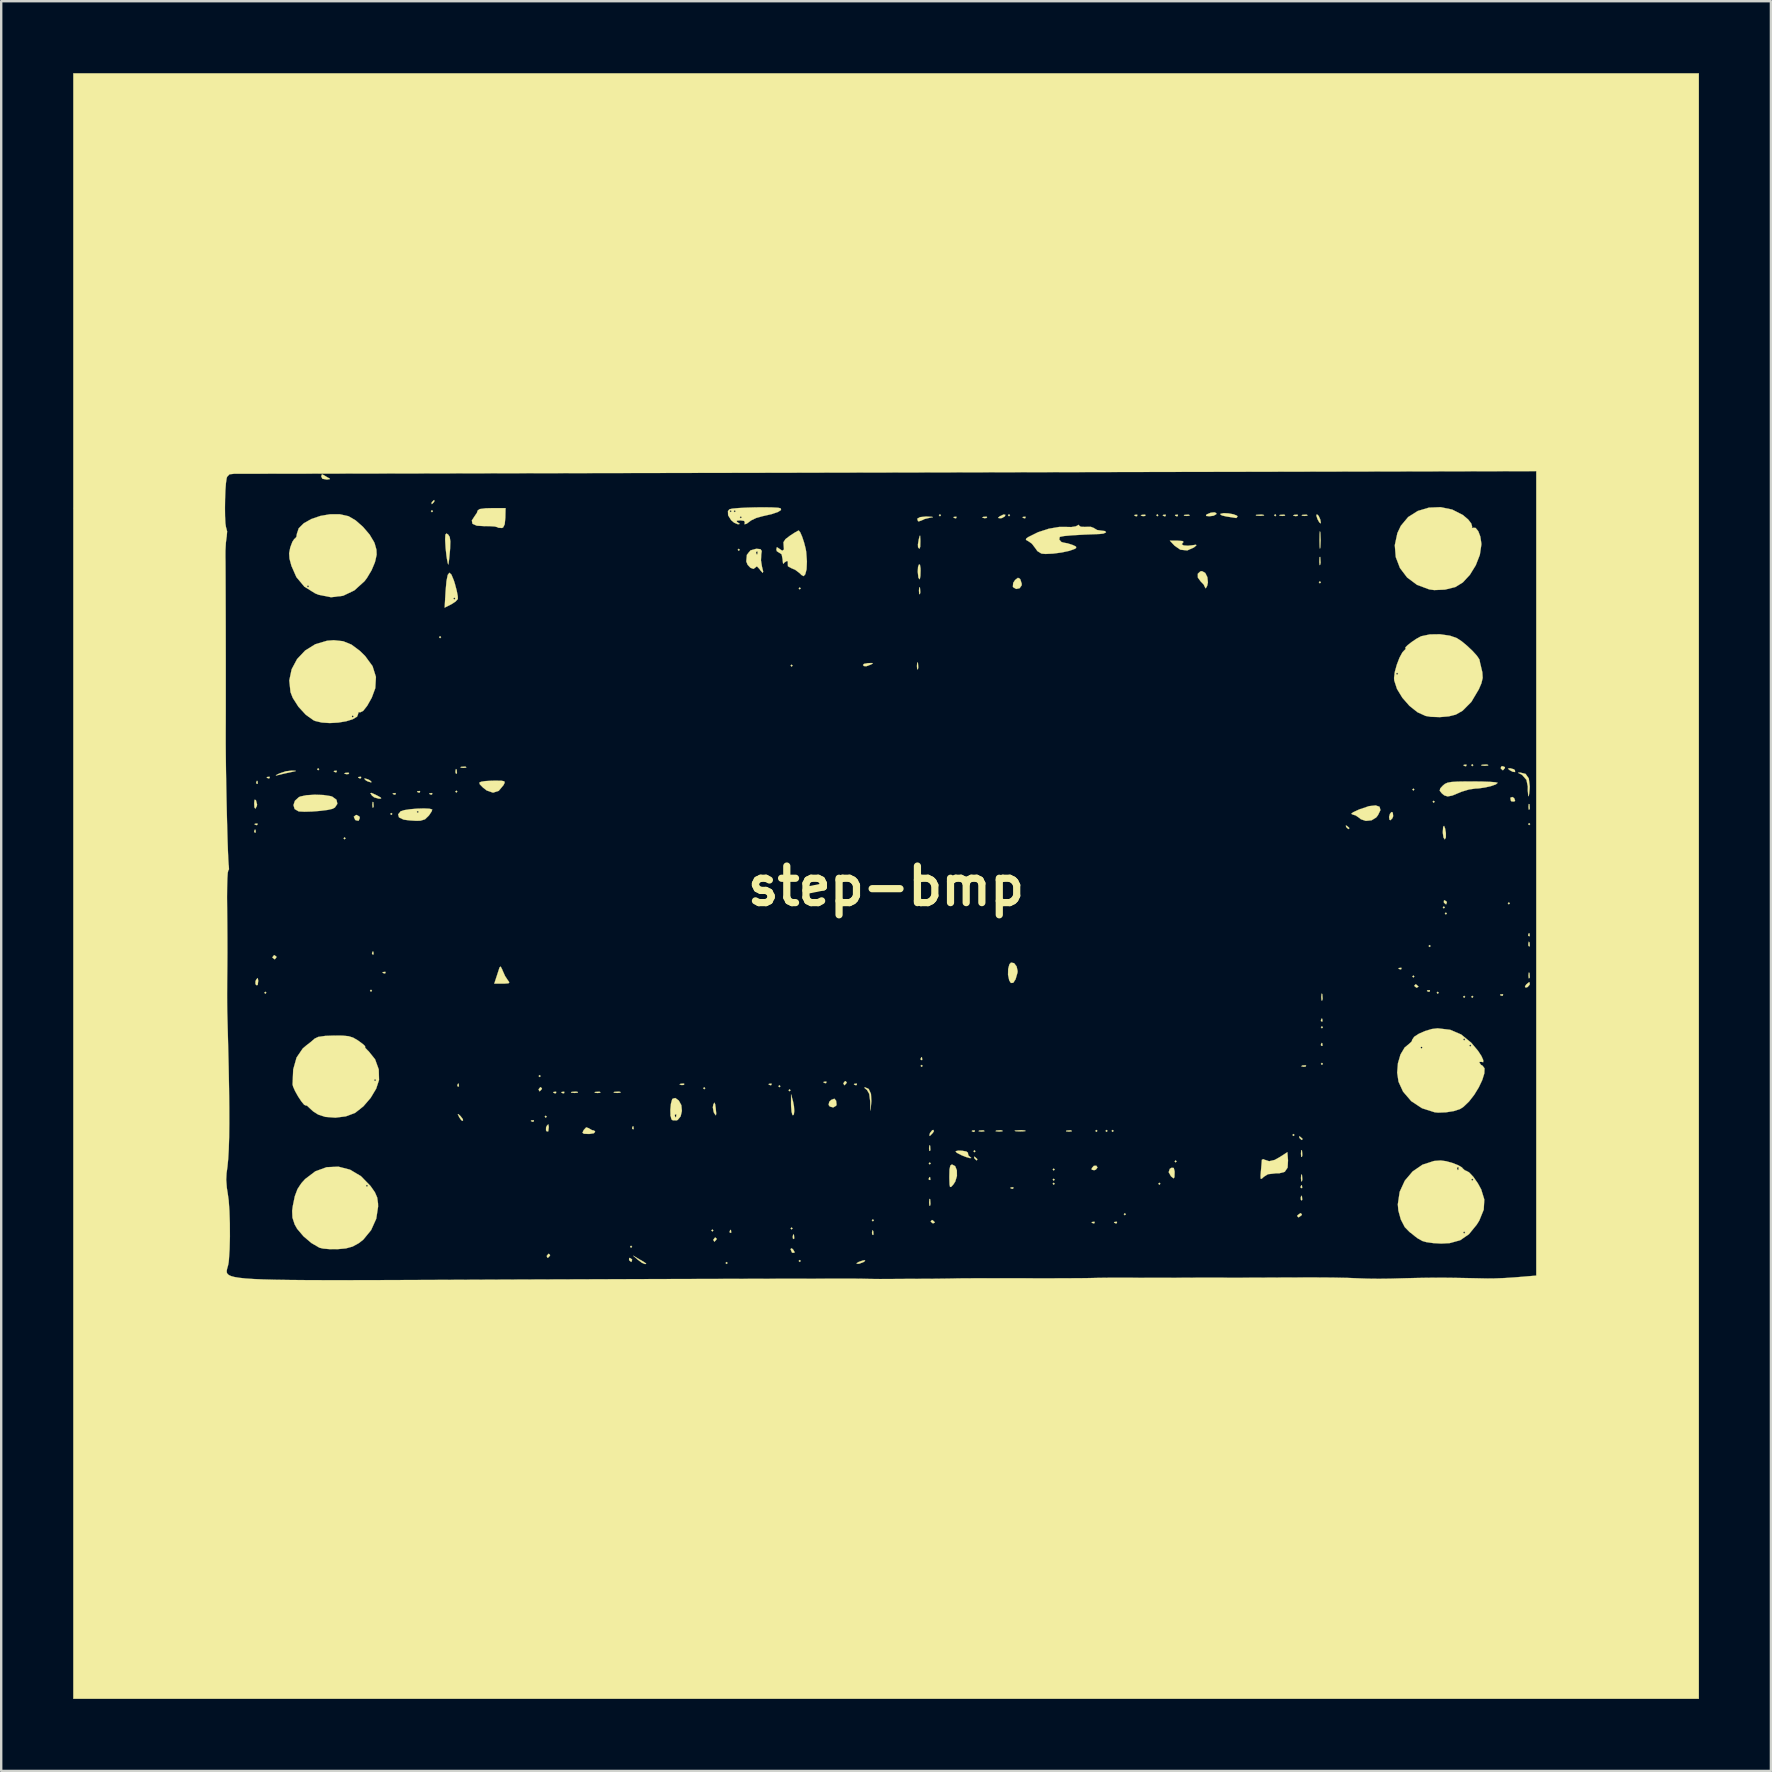
<source format=kicad_pcb>
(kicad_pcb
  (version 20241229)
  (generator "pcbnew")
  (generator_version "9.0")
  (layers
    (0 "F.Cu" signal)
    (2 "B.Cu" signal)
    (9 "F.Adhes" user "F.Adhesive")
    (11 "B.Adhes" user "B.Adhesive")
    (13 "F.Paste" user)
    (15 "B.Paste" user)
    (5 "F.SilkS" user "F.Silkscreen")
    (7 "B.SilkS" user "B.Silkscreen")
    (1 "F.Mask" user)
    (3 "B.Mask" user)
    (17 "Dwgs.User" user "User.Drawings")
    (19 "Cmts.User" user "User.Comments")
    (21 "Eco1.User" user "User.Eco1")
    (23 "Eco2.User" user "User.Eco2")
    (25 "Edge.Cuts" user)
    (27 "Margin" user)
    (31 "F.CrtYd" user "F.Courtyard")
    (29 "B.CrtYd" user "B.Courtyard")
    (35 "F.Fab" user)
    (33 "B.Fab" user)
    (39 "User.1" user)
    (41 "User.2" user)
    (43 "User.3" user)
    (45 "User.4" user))
  (footprint "step-bmp"
    (layer "F.Cu")
    (at 33.872 33.872)
    (property "Reference" "step-bmp" (at 0 0 0) (layer "F.SilkS") (effects (font (size 1.524 1.524) (thickness 0.3))))
    (attr through_hole)
    (fp_poly (pts (xy -25.823 4.445) (xy -25.866 4.487) (xy -25.908 4.445) (xy -25.866 4.403) (xy -25.823 4.445)) (stroke (width 0.01) (type solid)) (fill yes) (layer "F.SilkS"))
    (fp_poly (pts (xy -23.622 -4.868) (xy -23.664 -4.826) (xy -23.707 -4.868) (xy -23.664 -4.911) (xy -23.622 -4.868)) (stroke (width 0.01) (type solid)) (fill yes) (layer "F.SilkS"))
    (fp_poly (pts (xy -22.521 -1.99) (xy -22.564 -1.947) (xy -22.606 -1.99) (xy -22.564 -2.032) (xy -22.521 -1.99)) (stroke (width 0.01) (type solid)) (fill yes) (layer "F.SilkS"))
    (fp_poly (pts (xy -21.421 4.36) (xy -21.463 4.403) (xy -21.505 4.36) (xy -21.463 4.318) (xy -21.421 4.36)) (stroke (width 0.01) (type solid)) (fill yes) (layer "F.SilkS"))
    (fp_poly (pts (xy -20.574 -3.006) (xy -20.616 -2.963) (xy -20.659 -3.006) (xy -20.616 -3.048) (xy -20.574 -3.006)) (stroke (width 0.01) (type solid)) (fill yes) (layer "F.SilkS"))
    (fp_poly (pts (xy -18.881 -15.621) (xy -18.923 -15.579) (xy -18.965 -15.621) (xy -18.923 -15.663) (xy -18.881 -15.621)) (stroke (width 0.01) (type solid)) (fill yes) (layer "F.SilkS"))
    (fp_poly (pts (xy -18.542 -10.372) (xy -18.584 -10.329) (xy -18.627 -10.372) (xy -18.584 -10.414) (xy -18.542 -10.372)) (stroke (width 0.01) (type solid)) (fill yes) (layer "F.SilkS"))
    (fp_poly (pts (xy -17.865 -3.937) (xy -17.907 -3.895) (xy -17.949 -3.937) (xy -17.907 -3.979) (xy -17.865 -3.937)) (stroke (width 0.01) (type solid)) (fill yes) (layer "F.SilkS"))
    (fp_poly (pts (xy -14.393 7.916) (xy -14.436 7.959) (xy -14.478 7.916) (xy -14.436 7.874) (xy -14.393 7.916)) (stroke (width 0.01) (type solid)) (fill yes) (layer "F.SilkS"))
    (fp_poly (pts (xy -14.139 9.61) (xy -14.182 9.652) (xy -14.224 9.61) (xy -14.182 9.567) (xy -14.139 9.61)) (stroke (width 0.01) (type solid)) (fill yes) (layer "F.SilkS"))
    (fp_poly (pts (xy -10.583 15.028) (xy -10.626 15.071) (xy -10.668 15.028) (xy -10.626 14.986) (xy -10.583 15.028)) (stroke (width 0.01) (type solid)) (fill yes) (layer "F.SilkS"))
    (fp_poly (pts (xy -7.535 8.424) (xy -7.578 8.467) (xy -7.62 8.424) (xy -7.578 8.382) (xy -7.535 8.424)) (stroke (width 0.01) (type solid)) (fill yes) (layer "F.SilkS"))
    (fp_poly (pts (xy -7.197 14.351) (xy -7.239 14.393) (xy -7.281 14.351) (xy -7.239 14.309) (xy -7.197 14.351)) (stroke (width 0.01) (type solid)) (fill yes) (layer "F.SilkS"))
    (fp_poly (pts (xy -6.604 15.706) (xy -6.646 15.748) (xy -6.689 15.706) (xy -6.646 15.663) (xy -6.604 15.706)) (stroke (width 0.01) (type solid)) (fill yes) (layer "F.SilkS"))
    (fp_poly (pts (xy -6.096 -14.012) (xy -6.138 -13.97) (xy -6.181 -14.012) (xy -6.138 -14.055) (xy -6.096 -14.012)) (stroke (width 0.01) (type solid)) (fill yes) (layer "F.SilkS"))
    (fp_poly (pts (xy -4.403 8.34) (xy -4.445 8.382) (xy -4.487 8.34) (xy -4.445 8.297) (xy -4.403 8.34)) (stroke (width 0.01) (type solid)) (fill yes) (layer "F.SilkS"))
    (fp_poly (pts (xy -3.979 8.509) (xy -4.022 8.551) (xy -4.064 8.509) (xy -4.022 8.467) (xy -3.979 8.509)) (stroke (width 0.01) (type solid)) (fill yes) (layer "F.SilkS"))
    (fp_poly (pts (xy -3.895 -9.186) (xy -3.937 -9.144) (xy -3.979 -9.186) (xy -3.937 -9.229) (xy -3.895 -9.186)) (stroke (width 0.01) (type solid)) (fill yes) (layer "F.SilkS"))
    (fp_poly (pts (xy -3.895 14.266) (xy -3.937 14.309) (xy -3.979 14.266) (xy -3.937 14.224) (xy -3.895 14.266)) (stroke (width 0.01) (type solid)) (fill yes) (layer "F.SilkS"))
    (fp_poly (pts (xy -3.556 -12.404) (xy -3.598 -12.361) (xy -3.641 -12.404) (xy -3.598 -12.446) (xy -3.556 -12.404)) (stroke (width 0.01) (type solid)) (fill yes) (layer "F.SilkS"))
    (fp_poly (pts (xy -3.556 15.621) (xy -3.598 15.663) (xy -3.641 15.621) (xy -3.598 15.579) (xy -3.556 15.621)) (stroke (width 0.01) (type solid)) (fill yes) (layer "F.SilkS"))
    (fp_poly (pts (xy -0.508 13.928) (xy -0.55 13.97) (xy -0.593 13.928) (xy -0.55 13.885) (xy -0.508 13.928)) (stroke (width 0.01) (type solid)) (fill yes) (layer "F.SilkS"))
    (fp_poly (pts (xy 1.524 7.493) (xy 1.482 7.535) (xy 1.439 7.493) (xy 1.482 7.451) (xy 1.524 7.493)) (stroke (width 0.01) (type solid)) (fill yes) (layer "F.SilkS"))
    (fp_poly (pts (xy 1.863 11.557) (xy 1.82 11.599) (xy 1.778 11.557) (xy 1.82 11.515) (xy 1.863 11.557)) (stroke (width 0.01) (type solid)) (fill yes) (layer "F.SilkS"))
    (fp_poly (pts (xy 2.286 -15.452) (xy 2.244 -15.409) (xy 2.201 -15.452) (xy 2.244 -15.494) (xy 2.286 -15.452)) (stroke (width 0.01) (type solid)) (fill yes) (layer "F.SilkS"))
    (fp_poly (pts (xy 3.725 11.049) (xy 3.683 11.091) (xy 3.641 11.049) (xy 3.683 11.007) (xy 3.725 11.049)) (stroke (width 0.01) (type solid)) (fill yes) (layer "F.SilkS"))
    (fp_poly (pts (xy 5.165 -15.452) (xy 5.122 -15.409) (xy 5.08 -15.452) (xy 5.122 -15.494) (xy 5.165 -15.452)) (stroke (width 0.01) (type solid)) (fill yes) (layer "F.SilkS"))
    (fp_poly (pts (xy 7.027 11.811) (xy 6.985 11.853) (xy 6.943 11.811) (xy 6.985 11.769) (xy 7.027 11.811)) (stroke (width 0.01) (type solid)) (fill yes) (layer "F.SilkS"))
    (fp_poly (pts (xy 7.027 12.234) (xy 6.985 12.277) (xy 6.943 12.234) (xy 6.985 12.192) (xy 7.027 12.234)) (stroke (width 0.01) (type solid)) (fill yes) (layer "F.SilkS"))
    (fp_poly (pts (xy 7.027 12.404) (xy 6.985 12.446) (xy 6.943 12.404) (xy 6.985 12.361) (xy 7.027 12.404)) (stroke (width 0.01) (type solid)) (fill yes) (layer "F.SilkS"))
    (fp_poly (pts (xy 8.805 10.202) (xy 8.763 10.245) (xy 8.721 10.202) (xy 8.763 10.16) (xy 8.805 10.202)) (stroke (width 0.01) (type solid)) (fill yes) (layer "F.SilkS"))
    (fp_poly (pts (xy 9.229 10.202) (xy 9.186 10.245) (xy 9.144 10.202) (xy 9.186 10.16) (xy 9.229 10.202)) (stroke (width 0.01) (type solid)) (fill yes) (layer "F.SilkS"))
    (fp_poly (pts (xy 9.483 10.202) (xy 9.44 10.245) (xy 9.398 10.202) (xy 9.44 10.16) (xy 9.483 10.202)) (stroke (width 0.01) (type solid)) (fill yes) (layer "F.SilkS"))
    (fp_poly (pts (xy 9.991 13.674) (xy 9.948 13.716) (xy 9.906 13.674) (xy 9.948 13.631) (xy 9.991 13.674)) (stroke (width 0.01) (type solid)) (fill yes) (layer "F.SilkS"))
    (fp_poly (pts (xy 11.345 -15.452) (xy 11.303 -15.409) (xy 11.261 -15.452) (xy 11.303 -15.494) (xy 11.345 -15.452)) (stroke (width 0.01) (type solid)) (fill yes) (layer "F.SilkS"))
    (fp_poly (pts (xy 11.43 12.404) (xy 11.388 12.446) (xy 11.345 12.404) (xy 11.388 12.361) (xy 11.43 12.404)) (stroke (width 0.01) (type solid)) (fill yes) (layer "F.SilkS"))
    (fp_poly (pts (xy 12.107 11.472) (xy 12.065 11.515) (xy 12.023 11.472) (xy 12.065 11.43) (xy 12.107 11.472)) (stroke (width 0.01) (type solid)) (fill yes) (layer "F.SilkS"))
    (fp_poly (pts (xy 16.256 -15.452) (xy 16.214 -15.409) (xy 16.171 -15.452) (xy 16.214 -15.494) (xy 16.256 -15.452)) (stroke (width 0.01) (type solid)) (fill yes) (layer "F.SilkS"))
    (fp_poly (pts (xy 17.018 10.372) (xy 16.976 10.414) (xy 16.933 10.372) (xy 16.976 10.329) (xy 17.018 10.372)) (stroke (width 0.01) (type solid)) (fill yes) (layer "F.SilkS"))
    (fp_poly (pts (xy 18.119 -12.658) (xy 18.076 -12.615) (xy 18.034 -12.658) (xy 18.076 -12.7) (xy 18.119 -12.658)) (stroke (width 0.01) (type solid)) (fill yes) (layer "F.SilkS"))
    (fp_poly (pts (xy 18.203 5.884) (xy 18.161 5.927) (xy 18.119 5.884) (xy 18.161 5.842) (xy 18.203 5.884)) (stroke (width 0.01) (type solid)) (fill yes) (layer "F.SilkS"))
    (fp_poly (pts (xy 18.203 7.408) (xy 18.161 7.451) (xy 18.119 7.408) (xy 18.161 7.366) (xy 18.203 7.408)) (stroke (width 0.01) (type solid)) (fill yes) (layer "F.SilkS"))
    (fp_poly (pts (xy 22.013 -4.022) (xy 21.971 -3.979) (xy 21.929 -4.022) (xy 21.971 -4.064) (xy 22.013 -4.022)) (stroke (width 0.01) (type solid)) (fill yes) (layer "F.SilkS"))
    (fp_poly (pts (xy 22.013 3.768) (xy 21.971 3.81) (xy 21.929 3.768) (xy 21.971 3.725) (xy 22.013 3.768)) (stroke (width 0.01) (type solid)) (fill yes) (layer "F.SilkS"))
    (fp_poly (pts (xy 22.691 2.498) (xy 22.648 2.54) (xy 22.606 2.498) (xy 22.648 2.455) (xy 22.691 2.498)) (stroke (width 0.01) (type solid)) (fill yes) (layer "F.SilkS"))
    (fp_poly (pts (xy 22.86 -3.514) (xy 22.818 -3.471) (xy 22.775 -3.514) (xy 22.818 -3.556) (xy 22.86 -3.514)) (stroke (width 0.01) (type solid)) (fill yes) (layer "F.SilkS"))
    (fp_poly (pts (xy 23.029 4.445) (xy 22.987 4.487) (xy 22.945 4.445) (xy 22.987 4.403) (xy 23.029 4.445)) (stroke (width 0.01) (type solid)) (fill yes) (layer "F.SilkS"))
    (fp_poly (pts (xy 23.283 0.889) (xy 23.241 0.931) (xy 23.199 0.889) (xy 23.241 0.847) (xy 23.283 0.889)) (stroke (width 0.01) (type solid)) (fill yes) (layer "F.SilkS"))
    (fp_poly (pts (xy 23.368 1.143) (xy 23.326 1.185) (xy 23.283 1.143) (xy 23.326 1.101) (xy 23.368 1.143)) (stroke (width 0.01) (type solid)) (fill yes) (layer "F.SilkS"))
    (fp_poly (pts (xy 24.13 4.614) (xy 24.088 4.657) (xy 24.045 4.614) (xy 24.088 4.572) (xy 24.13 4.614)) (stroke (width 0.01) (type solid)) (fill yes) (layer "F.SilkS"))
    (fp_poly (pts (xy 24.469 -5.038) (xy 24.426 -4.995) (xy 24.384 -5.038) (xy 24.426 -5.08) (xy 24.469 -5.038)) (stroke (width 0.01) (type solid)) (fill yes) (layer "F.SilkS"))
    (fp_poly (pts (xy 24.469 4.614) (xy 24.426 4.657) (xy 24.384 4.614) (xy 24.426 4.572) (xy 24.469 4.614)) (stroke (width 0.01) (type solid)) (fill yes) (layer "F.SilkS"))
    (fp_poly (pts (xy 25.993 0.72) (xy 25.95 0.762) (xy 25.908 0.72) (xy 25.95 0.677) (xy 25.993 0.72)) (stroke (width 0.01) (type solid)) (fill yes) (layer "F.SilkS"))
    (fp_poly (pts (xy 26.839 -2.582) (xy 26.797 -2.54) (xy 26.755 -2.582) (xy 26.797 -2.625) (xy 26.839 -2.582)) (stroke (width 0.01) (type solid)) (fill yes) (layer "F.SilkS"))
    (fp_poly (pts (xy -26.275 -2.342) (xy -26.265 -2.242) (xy -26.275 -2.23) (xy -26.325 -2.241) (xy -26.331 -2.286) (xy -26.3 -2.356) (xy -26.275 -2.342)) (stroke (width 0.01) (type solid)) (fill yes) (layer "F.SilkS"))
    (fp_poly (pts (xy -26.19 -4.374) (xy -26.18 -4.274) (xy -26.19 -4.262) (xy -26.241 -4.273) (xy -26.247 -4.318) (xy -26.216 -4.388) (xy -26.19 -4.374)) (stroke (width 0.01) (type solid)) (fill yes) (layer "F.SilkS"))
    (fp_poly (pts (xy -26.19 -2.596) (xy -26.202 -2.546) (xy -26.247 -2.54) (xy -26.316 -2.571) (xy -26.303 -2.596) (xy -26.203 -2.607) (xy -26.19 -2.596)) (stroke (width 0.01) (type solid)) (fill yes) (layer "F.SilkS"))
    (fp_poly (pts (xy -25.682 -4.544) (xy -25.694 -4.493) (xy -25.739 -4.487) (xy -25.808 -4.518) (xy -25.795 -4.544) (xy -25.695 -4.554) (xy -25.682 -4.544)) (stroke (width 0.01) (type solid)) (fill yes) (layer "F.SilkS"))
    (fp_poly (pts (xy -22.888 -4.798) (xy -22.9 -4.747) (xy -22.945 -4.741) (xy -23.014 -4.772) (xy -23.001 -4.798) (xy -22.901 -4.808) (xy -22.888 -4.798)) (stroke (width 0.01) (type solid)) (fill yes) (layer "F.SilkS"))
    (fp_poly (pts (xy -22.375 -4.708) (xy -22.4 -4.669) (xy -22.486 -4.663) (xy -22.576 -4.684) (xy -22.537 -4.715) (xy -22.405 -4.725) (xy -22.375 -4.708)) (stroke (width 0.01) (type solid)) (fill yes) (layer "F.SilkS"))
    (fp_poly (pts (xy -21.872 -4.544) (xy -21.884 -4.493) (xy -21.929 -4.487) (xy -21.998 -4.518) (xy -21.985 -4.544) (xy -21.885 -4.554) (xy -21.872 -4.544)) (stroke (width 0.01) (type solid)) (fill yes) (layer "F.SilkS"))
    (fp_poly (pts (xy -21.365 -3.493) (xy -21.353 -3.319) (xy -21.365 -3.281) (xy -21.395 -3.27) (xy -21.407 -3.387) (xy -21.394 -3.507) (xy -21.365 -3.493)) (stroke (width 0.01) (type solid)) (fill yes) (layer "F.SilkS"))
    (fp_poly (pts (xy -21.364 2.738) (xy -21.354 2.838) (xy -21.364 2.85) (xy -21.415 2.839) (xy -21.421 2.794) (xy -21.39 2.724) (xy -21.364 2.738)) (stroke (width 0.01) (type solid)) (fill yes) (layer "F.SilkS"))
    (fp_poly (pts (xy -20.856 3.584) (xy -20.868 3.635) (xy -20.913 3.641) (xy -20.982 3.61) (xy -20.969 3.584) (xy -20.869 3.574) (xy -20.856 3.584)) (stroke (width 0.01) (type solid)) (fill yes) (layer "F.SilkS"))
    (fp_poly (pts (xy -20.433 -3.866) (xy -20.445 -3.816) (xy -20.489 -3.81) (xy -20.559 -3.841) (xy -20.546 -3.866) (xy -20.445 -3.877) (xy -20.433 -3.866)) (stroke (width 0.01) (type solid)) (fill yes) (layer "F.SilkS"))
    (fp_poly (pts (xy -19.417 -3.951) (xy -19.429 -3.901) (xy -19.473 -3.895) (xy -19.543 -3.926) (xy -19.53 -3.951) (xy -19.429 -3.961) (xy -19.417 -3.951)) (stroke (width 0.01) (type solid)) (fill yes) (layer "F.SilkS"))
    (fp_poly (pts (xy -18.909 -3.866) (xy -18.921 -3.816) (xy -18.965 -3.81) (xy -19.035 -3.841) (xy -19.022 -3.866) (xy -18.921 -3.877) (xy -18.909 -3.866)) (stroke (width 0.01) (type solid)) (fill yes) (layer "F.SilkS"))
    (fp_poly (pts (xy -17.891 -4.842) (xy -17.881 -4.71) (xy -17.898 -4.68) (xy -17.937 -4.705) (xy -17.943 -4.791) (xy -17.922 -4.881) (xy -17.891 -4.842)) (stroke (width 0.01) (type solid)) (fill yes) (layer "F.SilkS"))
    (fp_poly (pts (xy -17.808 8.241) (xy -17.798 8.341) (xy -17.808 8.354) (xy -17.859 8.342) (xy -17.865 8.297) (xy -17.834 8.228) (xy -17.808 8.241)) (stroke (width 0.01) (type solid)) (fill yes) (layer "F.SilkS"))
    (fp_poly (pts (xy -17.505 -4.967) (xy -17.494 -4.936) (xy -17.611 -4.924) (xy -17.731 -4.937) (xy -17.716 -4.967) (xy -17.543 -4.978) (xy -17.505 -4.967)) (stroke (width 0.01) (type solid)) (fill yes) (layer "F.SilkS"))
    (fp_poly (pts (xy -14.676 9.765) (xy -14.687 9.815) (xy -14.732 9.821) (xy -14.802 9.79) (xy -14.788 9.765) (xy -14.688 9.755) (xy -14.676 9.765)) (stroke (width 0.01) (type solid)) (fill yes) (layer "F.SilkS"))
    (fp_poly (pts (xy -13.744 8.58) (xy -13.756 8.63) (xy -13.801 8.636) (xy -13.87 8.605) (xy -13.857 8.58) (xy -13.757 8.569) (xy -13.744 8.58)) (stroke (width 0.01) (type solid)) (fill yes) (layer "F.SilkS"))
    (fp_poly (pts (xy -13.406 8.58) (xy -13.417 8.63) (xy -13.462 8.636) (xy -13.532 8.605) (xy -13.518 8.58) (xy -13.418 8.569) (xy -13.406 8.58)) (stroke (width 0.01) (type solid)) (fill yes) (layer "F.SilkS"))
    (fp_poly (pts (xy -11.917 8.58) (xy -11.906 8.611) (xy -12.023 8.623) (xy -12.143 8.609) (xy -12.129 8.58) (xy -11.955 8.569) (xy -11.917 8.58)) (stroke (width 0.01) (type solid)) (fill yes) (layer "F.SilkS"))
    (fp_poly (pts (xy -10.527 10.019) (xy -10.517 10.119) (xy -10.527 10.132) (xy -10.577 10.12) (xy -10.583 10.075) (xy -10.552 10.006) (xy -10.527 10.019)) (stroke (width 0.01) (type solid)) (fill yes) (layer "F.SilkS"))
    (fp_poly (pts (xy -8.405 8.246) (xy -8.43 8.285) (xy -8.516 8.291) (xy -8.606 8.27) (xy -8.567 8.239) (xy -8.435 8.229) (xy -8.405 8.246)) (stroke (width 0.01) (type solid)) (fill yes) (layer "F.SilkS"))
    (fp_poly (pts (xy -6.463 14.337) (xy -6.453 14.437) (xy -6.463 14.45) (xy -6.513 14.438) (xy -6.519 14.393) (xy -6.488 14.324) (xy -6.463 14.337)) (stroke (width 0.01) (type solid)) (fill yes) (layer "F.SilkS"))
    (fp_poly (pts (xy -4.77 8.241) (xy -4.781 8.291) (xy -4.826 8.297) (xy -4.896 8.266) (xy -4.882 8.241) (xy -4.782 8.231) (xy -4.77 8.241)) (stroke (width 0.01) (type solid)) (fill yes) (layer "F.SilkS"))
    (fp_poly (pts (xy -3.837 14.547) (xy -3.827 14.679) (xy -3.844 14.709) (xy -3.882 14.684) (xy -3.888 14.598) (xy -3.867 14.508) (xy -3.837 14.547)) (stroke (width 0.01) (type solid)) (fill yes) (layer "F.SilkS"))
    (fp_poly (pts (xy -2.484 8.156) (xy -2.495 8.207) (xy -2.54 8.213) (xy -2.61 8.182) (xy -2.596 8.156) (xy -2.496 8.146) (xy -2.484 8.156)) (stroke (width 0.01) (type solid)) (fill yes) (layer "F.SilkS"))
    (fp_poly (pts (xy -1.214 8.241) (xy -1.225 8.291) (xy -1.27 8.297) (xy -1.34 8.266) (xy -1.326 8.241) (xy -1.226 8.231) (xy -1.214 8.241)) (stroke (width 0.01) (type solid)) (fill yes) (layer "F.SilkS"))
    (fp_poly (pts (xy -0.535 14.377) (xy -0.525 14.51) (xy -0.542 14.54) (xy -0.58 14.514) (xy -0.586 14.429) (xy -0.565 14.338) (xy -0.535 14.377)) (stroke (width 0.01) (type solid)) (fill yes) (layer "F.SilkS"))
    (fp_poly (pts (xy 1.496 7.14) (xy 1.506 7.241) (xy 1.496 7.253) (xy 1.445 7.241) (xy 1.439 7.197) (xy 1.47 7.127) (xy 1.496 7.14)) (stroke (width 0.01) (type solid)) (fill yes) (layer "F.SilkS"))
    (fp_poly (pts (xy 1.834 10.816) (xy 1.845 10.99) (xy 1.834 11.028) (xy 1.803 11.038) (xy 1.791 10.922) (xy 1.805 10.802) (xy 1.834 10.816)) (stroke (width 0.01) (type solid)) (fill yes) (layer "F.SilkS"))
    (fp_poly (pts (xy 1.834 12.136) (xy 1.845 12.236) (xy 1.834 12.248) (xy 1.784 12.237) (xy 1.778 12.192) (xy 1.809 12.122) (xy 1.834 12.136)) (stroke (width 0.01) (type solid)) (fill yes) (layer "F.SilkS"))
    (fp_poly (pts (xy 2.935 -15.381) (xy 2.923 -15.331) (xy 2.879 -15.325) (xy 2.809 -15.356) (xy 2.822 -15.381) (xy 2.923 -15.391) (xy 2.935 -15.381)) (stroke (width 0.01) (type solid)) (fill yes) (layer "F.SilkS"))
    (fp_poly (pts (xy 3.697 10.188) (xy 3.685 10.239) (xy 3.641 10.245) (xy 3.571 10.214) (xy 3.584 10.188) (xy 3.685 10.178) (xy 3.697 10.188)) (stroke (width 0.01) (type solid)) (fill yes) (layer "F.SilkS"))
    (fp_poly (pts (xy 4.085 10.189) (xy 4.096 10.219) (xy 3.979 10.231) (xy 3.859 10.218) (xy 3.873 10.189) (xy 4.047 10.177) (xy 4.085 10.189)) (stroke (width 0.01) (type solid)) (fill yes) (layer "F.SilkS"))
    (fp_poly (pts (xy 4.21 -15.376) (xy 4.185 -15.337) (xy 4.099 -15.331) (xy 4.009 -15.352) (xy 4.048 -15.383) (xy 4.18 -15.393) (xy 4.21 -15.376)) (stroke (width 0.01) (type solid)) (fill yes) (layer "F.SilkS"))
    (fp_poly (pts (xy 5.306 12.559) (xy 5.294 12.609) (xy 5.249 12.615) (xy 5.18 12.584) (xy 5.193 12.559) (xy 5.293 12.549) (xy 5.306 12.559)) (stroke (width 0.01) (type solid)) (fill yes) (layer "F.SilkS"))
    (fp_poly (pts (xy 5.814 -15.381) (xy 5.802 -15.331) (xy 5.757 -15.325) (xy 5.688 -15.356) (xy 5.701 -15.381) (xy 5.801 -15.391) (xy 5.814 -15.381)) (stroke (width 0.01) (type solid)) (fill yes) (layer "F.SilkS"))
    (fp_poly (pts (xy 7.726 10.189) (xy 7.736 10.219) (xy 7.62 10.231) (xy 7.5 10.218) (xy 7.514 10.189) (xy 7.688 10.177) (xy 7.726 10.189)) (stroke (width 0.01) (type solid)) (fill yes) (layer "F.SilkS"))
    (fp_poly (pts (xy 8.692 13.998) (xy 8.681 14.049) (xy 8.636 14.055) (xy 8.566 14.024) (xy 8.58 13.998) (xy 8.68 13.988) (xy 8.692 13.998)) (stroke (width 0.01) (type solid)) (fill yes) (layer "F.SilkS"))
    (fp_poly (pts (xy 9.624 13.998) (xy 9.612 14.049) (xy 9.567 14.055) (xy 9.498 14.024) (xy 9.511 13.998) (xy 9.611 13.988) (xy 9.624 13.998)) (stroke (width 0.01) (type solid)) (fill yes) (layer "F.SilkS"))
    (fp_poly (pts (xy 10.47 -15.466) (xy 10.459 -15.415) (xy 10.414 -15.409) (xy 10.344 -15.44) (xy 10.358 -15.466) (xy 10.458 -15.476) (xy 10.47 -15.466)) (stroke (width 0.01) (type solid)) (fill yes) (layer "F.SilkS"))
    (fp_poly (pts (xy 10.814 -15.46) (xy 10.789 -15.422) (xy 10.703 -15.416) (xy 10.613 -15.437) (xy 10.652 -15.467) (xy 10.784 -15.477) (xy 10.814 -15.46)) (stroke (width 0.01) (type solid)) (fill yes) (layer "F.SilkS"))
    (fp_poly (pts (xy 11.656 -15.466) (xy 11.644 -15.415) (xy 11.599 -15.409) (xy 11.53 -15.44) (xy 11.543 -15.466) (xy 11.643 -15.476) (xy 11.656 -15.466)) (stroke (width 0.01) (type solid)) (fill yes) (layer "F.SilkS"))
    (fp_poly (pts (xy 12.164 -15.466) (xy 12.152 -15.415) (xy 12.107 -15.409) (xy 12.038 -15.44) (xy 12.051 -15.466) (xy 12.151 -15.476) (xy 12.164 -15.466)) (stroke (width 0.01) (type solid)) (fill yes) (layer "F.SilkS"))
    (fp_poly (pts (xy 12.636 -15.465) (xy 12.647 -15.435) (xy 12.531 -15.423) (xy 12.41 -15.436) (xy 12.425 -15.465) (xy 12.598 -15.477) (xy 12.636 -15.465)) (stroke (width 0.01) (type solid)) (fill yes) (layer "F.SilkS"))
    (fp_poly (pts (xy 16.616 -15.465) (xy 16.626 -15.435) (xy 16.51 -15.423) (xy 16.39 -15.436) (xy 16.404 -15.465) (xy 16.578 -15.477) (xy 16.616 -15.465)) (stroke (width 0.01) (type solid)) (fill yes) (layer "F.SilkS"))
    (fp_poly (pts (xy 17.164 -15.46) (xy 17.139 -15.422) (xy 17.053 -15.416) (xy 16.963 -15.437) (xy 17.002 -15.467) (xy 17.134 -15.477) (xy 17.164 -15.46)) (stroke (width 0.01) (type solid)) (fill yes) (layer "F.SilkS"))
    (fp_poly (pts (xy 17.328 12.474) (xy 17.339 12.575) (xy 17.328 12.587) (xy 17.278 12.575) (xy 17.272 12.531) (xy 17.303 12.461) (xy 17.328 12.474)) (stroke (width 0.01) (type solid)) (fill yes) (layer "F.SilkS"))
    (fp_poly (pts (xy 17.33 12.938) (xy 17.34 13.07) (xy 17.323 13.1) (xy 17.285 13.075) (xy 17.279 12.989) (xy 17.299 12.899) (xy 17.33 12.938)) (stroke (width 0.01) (type solid)) (fill yes) (layer "F.SilkS"))
    (fp_poly (pts (xy 17.503 7.484) (xy 17.478 7.523) (xy 17.392 7.529) (xy 17.302 7.508) (xy 17.341 7.477) (xy 17.473 7.467) (xy 17.503 7.484)) (stroke (width 0.01) (type solid)) (fill yes) (layer "F.SilkS"))
    (fp_poly (pts (xy 17.547 -15.465) (xy 17.558 -15.435) (xy 17.441 -15.423) (xy 17.321 -15.436) (xy 17.335 -15.465) (xy 17.509 -15.477) (xy 17.547 -15.465)) (stroke (width 0.01) (type solid)) (fill yes) (layer "F.SilkS"))
    (fp_poly (pts (xy 18.175 5.532) (xy 18.185 5.632) (xy 18.175 5.644) (xy 18.125 5.633) (xy 18.119 5.588) (xy 18.15 5.518) (xy 18.175 5.532)) (stroke (width 0.01) (type solid)) (fill yes) (layer "F.SilkS"))
    (fp_poly (pts (xy 18.175 6.548) (xy 18.185 6.648) (xy 18.175 6.66) (xy 18.125 6.649) (xy 18.119 6.604) (xy 18.15 6.534) (xy 18.175 6.548)) (stroke (width 0.01) (type solid)) (fill yes) (layer "F.SilkS"))
    (fp_poly (pts (xy 21.477 3.415) (xy 21.465 3.465) (xy 21.421 3.471) (xy 21.351 3.44) (xy 21.364 3.415) (xy 21.465 3.405) (xy 21.477 3.415)) (stroke (width 0.01) (type solid)) (fill yes) (layer "F.SilkS"))
    (fp_poly (pts (xy 22.662 4.346) (xy 22.651 4.397) (xy 22.606 4.403) (xy 22.536 4.372) (xy 22.55 4.346) (xy 22.65 4.336) (xy 22.662 4.346)) (stroke (width 0.01) (type solid)) (fill yes) (layer "F.SilkS"))
    (fp_poly (pts (xy 24.186 -5.052) (xy 24.175 -5.001) (xy 24.13 -4.995) (xy 24.06 -5.026) (xy 24.074 -5.052) (xy 24.174 -5.062) (xy 24.186 -5.052)) (stroke (width 0.01) (type solid)) (fill yes) (layer "F.SilkS"))
    (fp_poly (pts (xy 25.71 4.516) (xy 25.699 4.566) (xy 25.654 4.572) (xy 25.584 4.541) (xy 25.598 4.516) (xy 25.698 4.505) (xy 25.71 4.516)) (stroke (width 0.01) (type solid)) (fill yes) (layer "F.SilkS"))
    (fp_poly (pts (xy 26.811 -3.408) (xy 26.822 -3.234) (xy 26.811 -3.196) (xy 26.78 -3.186) (xy 26.768 -3.302) (xy 26.781 -3.422) (xy 26.811 -3.408)) (stroke (width 0.01) (type solid)) (fill yes) (layer "F.SilkS"))
    (fp_poly (pts (xy 26.811 3.619) (xy 26.822 3.793) (xy 26.811 3.831) (xy 26.78 3.842) (xy 26.768 3.725) (xy 26.781 3.605) (xy 26.811 3.619)) (stroke (width 0.01) (type solid)) (fill yes) (layer "F.SilkS"))
    (fp_poly (pts (xy 26.811 1.976) (xy 26.821 2.076) (xy 26.811 2.088) (xy 26.761 2.077) (xy 26.755 2.032) (xy 26.786 1.962) (xy 26.811 1.976)) (stroke (width 0.01) (type solid)) (fill yes) (layer "F.SilkS"))
    (fp_poly (pts (xy 26.813 2.355) (xy 26.823 2.487) (xy 26.806 2.517) (xy 26.767 2.492) (xy 26.761 2.406) (xy 26.782 2.316) (xy 26.813 2.355)) (stroke (width 0.01) (type solid)) (fill yes) (layer "F.SilkS"))
    (fp_poly (pts (xy -17.819 9.505) (xy -17.731 9.586) (xy -17.634 9.714) (xy -17.63 9.784) (xy -17.7 9.759) (xy -17.783 9.638) (xy -17.847 9.503) (xy -17.819 9.505)) (stroke (width 0.01) (type solid)) (fill yes) (layer "F.SilkS"))
    (fp_poly (pts (xy 3.712 11.295) (xy 3.803 11.38) (xy 3.784 11.429) (xy 3.773 11.43) (xy 3.701 11.37) (xy 3.675 11.332) (xy 3.665 11.274) (xy 3.712 11.295)) (stroke (width 0.01) (type solid)) (fill yes) (layer "F.SilkS"))
    (fp_poly (pts (xy 8.81 11.726) (xy 8.744 11.814) (xy 8.673 11.84) (xy 8.569 11.819) (xy 8.57 11.756) (xy 8.654 11.659) (xy 8.761 11.651) (xy 8.81 11.726)) (stroke (width 0.01) (type solid)) (fill yes) (layer "F.SilkS"))
    (fp_poly (pts (xy 17.259 10.448) (xy 17.349 10.527) (xy 17.357 10.546) (xy 17.316 10.581) (xy 17.233 10.503) (xy 17.222 10.486) (xy 17.212 10.428) (xy 17.259 10.448)) (stroke (width 0.01) (type solid)) (fill yes) (layer "F.SilkS"))
    (fp_poly (pts (xy 19.206 -2.506) (xy 19.296 -2.427) (xy 19.304 -2.408) (xy 19.264 -2.373) (xy 19.18 -2.451) (xy 19.169 -2.468) (xy 19.159 -2.526) (xy 19.206 -2.506)) (stroke (width 0.01) (type solid)) (fill yes) (layer "F.SilkS"))
    (fp_poly (pts (xy 26.171 -3.666) (xy 26.212 -3.56) (xy 26.175 -3.522) (xy 26.061 -3.529) (xy 26.032 -3.56) (xy 26.013 -3.68) (xy 26.095 -3.713) (xy 26.171 -3.666)) (stroke (width 0.01) (type solid)) (fill yes) (layer "F.SilkS"))
    (fp_poly (pts (xy 26.819 4.108) (xy 26.734 4.206) (xy 26.655 4.233) (xy 26.621 4.185) (xy 26.672 4.104) (xy 26.775 4.016) (xy 26.818 4.014) (xy 26.819 4.108)) (stroke (width 0.01) (type solid)) (fill yes) (layer "F.SilkS"))
    (fp_poly (pts (xy -26.269 -3.587) (xy -26.253 -3.564) (xy -26.21 -3.396) (xy -26.221 -3.331) (xy -26.283 -3.224) (xy -26.321 -3.282) (xy -26.33 -3.45) (xy -26.315 -3.597) (xy -26.269 -3.587)) (stroke (width 0.01) (type solid)) (fill yes) (layer "F.SilkS"))
    (fp_poly (pts (xy -26.164 3.923) (xy -26.163 3.958) (xy -26.183 4.123) (xy -26.242 4.129) (xy -26.278 4.081) (xy -26.275 3.961) (xy -26.242 3.891) (xy -26.184 3.831) (xy -26.164 3.923)) (stroke (width 0.01) (type solid)) (fill yes) (layer "F.SilkS"))
    (fp_poly (pts (xy -25.402 2.943) (xy -25.4 2.963) (xy -25.464 3.046) (xy -25.485 3.048) (xy -25.567 2.984) (xy -25.569 2.963) (xy -25.505 2.881) (xy -25.485 2.879) (xy -25.402 2.943)) (stroke (width 0.01) (type solid)) (fill yes) (layer "F.SilkS"))
    (fp_poly (pts (xy -21.943 -2.896) (xy -21.929 -2.836) (xy -21.98 -2.72) (xy -22.097 -2.741) (xy -22.126 -2.766) (xy -22.18 -2.89) (xy -22.092 -2.96) (xy -22.056 -2.963) (xy -21.943 -2.896)) (stroke (width 0.01) (type solid)) (fill yes) (layer "F.SilkS"))
    (fp_poly (pts (xy -21.578 -4.443) (xy -21.505 -4.403) (xy -21.438 -4.336) (xy -21.463 -4.321) (xy -21.602 -4.363) (xy -21.675 -4.403) (xy -21.742 -4.47) (xy -21.717 -4.485) (xy -21.578 -4.443)) (stroke (width 0.01) (type solid)) (fill yes) (layer "F.SilkS"))
    (fp_poly (pts (xy -18.823 -16.032) (xy -18.838 -16.002) (xy -18.918 -15.921) (xy -18.933 -15.917) (xy -18.939 -15.972) (xy -18.923 -16.002) (xy -18.843 -16.083) (xy -18.828 -16.087) (xy -18.823 -16.032)) (stroke (width 0.01) (type solid)) (fill yes) (layer "F.SilkS"))
    (fp_poly (pts (xy -14.338 8.434) (xy -14.351 8.467) (xy -14.427 8.547) (xy -14.441 8.551) (xy -14.477 8.486) (xy -14.478 8.467) (xy -14.413 8.385) (xy -14.388 8.382) (xy -14.338 8.434)) (stroke (width 0.01) (type solid)) (fill yes) (layer "F.SilkS"))
    (fp_poly (pts (xy -14.057 10.019) (xy -14.056 10.054) (xy -14.076 10.219) (xy -14.135 10.225) (xy -14.171 10.177) (xy -14.168 10.057) (xy -14.135 9.987) (xy -14.076 9.927) (xy -14.057 10.019)) (stroke (width 0.01) (type solid)) (fill yes) (layer "F.SilkS"))
    (fp_poly (pts (xy -13.999 15.377) (xy -14.012 15.409) (xy -14.088 15.49) (xy -14.102 15.494) (xy -14.138 15.428) (xy -14.139 15.409) (xy -14.074 15.328) (xy -14.05 15.325) (xy -13.999 15.377)) (stroke (width 0.01) (type solid)) (fill yes) (layer "F.SilkS"))
    (fp_poly (pts (xy -12.847 8.58) (xy -12.844 8.608) (xy -12.976 8.62) (xy -12.996 8.619) (xy -13.128 8.607) (xy -13.115 8.582) (xy -13.101 8.577) (xy -12.916 8.565) (xy -12.847 8.58)) (stroke (width 0.01) (type solid)) (fill yes) (layer "F.SilkS"))
    (fp_poly (pts (xy -11.069 8.58) (xy -11.066 8.608) (xy -11.198 8.62) (xy -11.218 8.619) (xy -11.35 8.607) (xy -11.337 8.582) (xy -11.323 8.577) (xy -11.138 8.565) (xy -11.069 8.58)) (stroke (width 0.01) (type solid)) (fill yes) (layer "F.SilkS"))
    (fp_poly (pts (xy -10.587 15.555) (xy -10.583 15.579) (xy -10.612 15.661) (xy -10.621 15.663) (xy -10.693 15.604) (xy -10.71 15.579) (xy -10.704 15.501) (xy -10.673 15.494) (xy -10.587 15.555)) (stroke (width 0.01) (type solid)) (fill yes) (layer "F.SilkS"))
    (fp_poly (pts (xy -10.287 15.548) (xy -10.083 15.669) (xy -9.998 15.728) (xy -10.007 15.746) (xy -10.052 15.748) (xy -10.174 15.697) (xy -10.341 15.574) (xy -10.541 15.399) (xy -10.287 15.548)) (stroke (width 0.01) (type solid)) (fill yes) (layer "F.SilkS"))
    (fp_poly (pts (xy -7.056 14.699) (xy -7.07 14.732) (xy -7.146 14.813) (xy -7.159 14.817) (xy -7.196 14.751) (xy -7.197 14.732) (xy -7.132 14.651) (xy -7.107 14.647) (xy -7.056 14.699)) (stroke (width 0.01) (type solid)) (fill yes) (layer "F.SilkS"))
    (fp_poly (pts (xy -3.879 15.137) (xy -3.814 15.245) (xy -3.823 15.281) (xy -3.911 15.278) (xy -3.923 15.268) (xy -3.979 15.138) (xy -3.979 15.124) (xy -3.936 15.093) (xy -3.879 15.137)) (stroke (width 0.01) (type solid)) (fill yes) (layer "F.SilkS"))
    (fp_poly (pts (xy -1.638 8.18) (xy -1.651 8.213) (xy -1.727 8.293) (xy -1.741 8.297) (xy -1.777 8.232) (xy -1.778 8.213) (xy -1.713 8.131) (xy -1.688 8.128) (xy -1.638 8.18)) (stroke (width 0.01) (type solid)) (fill yes) (layer "F.SilkS"))
    (fp_poly (pts (xy -0.897 15.639) (xy -0.931 15.663) (xy -1.112 15.734) (xy -1.185 15.741) (xy -1.236 15.717) (xy -1.143 15.663) (xy -0.963 15.6) (xy -0.871 15.592) (xy -0.897 15.639)) (stroke (width 0.01) (type solid)) (fill yes) (layer "F.SilkS"))
    (fp_poly (pts (xy 1.324 -9.305) (xy 1.329 -9.291) (xy 1.341 -9.106) (xy 1.326 -9.037) (xy 1.298 -9.034) (xy 1.286 -9.166) (xy 1.287 -9.186) (xy 1.299 -9.318) (xy 1.324 -9.305)) (stroke (width 0.01) (type solid)) (fill yes) (layer "F.SilkS"))
    (fp_poly (pts (xy 1.409 -12.438) (xy 1.413 -12.423) (xy 1.426 -12.239) (xy 1.41 -12.169) (xy 1.382 -12.166) (xy 1.371 -12.299) (xy 1.371 -12.319) (xy 1.383 -12.45) (xy 1.409 -12.438)) (stroke (width 0.01) (type solid)) (fill yes) (layer "F.SilkS"))
    (fp_poly (pts (xy 1.832 13.047) (xy 1.837 13.061) (xy 1.849 13.246) (xy 1.834 13.315) (xy 1.806 13.318) (xy 1.794 13.186) (xy 1.795 13.166) (xy 1.807 13.034) (xy 1.832 13.047)) (stroke (width 0.01) (type solid)) (fill yes) (layer "F.SilkS"))
    (fp_poly (pts (xy 1.947 13.928) (xy 2.028 14.004) (xy 2.032 14.017) (xy 1.966 14.054) (xy 1.947 14.055) (xy 1.866 13.99) (xy 1.863 13.965) (xy 1.915 13.914) (xy 1.947 13.928)) (stroke (width 0.01) (type solid)) (fill yes) (layer "F.SilkS"))
    (fp_poly (pts (xy 1.995 10.21) (xy 1.947 10.287) (xy 1.847 10.392) (xy 1.813 10.414) (xy 1.812 10.35) (xy 1.832 10.287) (xy 1.921 10.175) (xy 1.967 10.16) (xy 1.995 10.21)) (stroke (width 0.01) (type solid)) (fill yes) (layer "F.SilkS"))
    (fp_poly (pts (xy 4.849 10.189) (xy 4.852 10.217) (xy 4.719 10.228) (xy 4.699 10.228) (xy 4.568 10.216) (xy 4.58 10.19) (xy 4.595 10.186) (xy 4.779 10.174) (xy 4.849 10.189)) (stroke (width 0.01) (type solid)) (fill yes) (layer "F.SilkS"))
    (fp_poly (pts (xy 4.97 -15.472) (xy 4.953 -15.409) (xy 4.832 -15.336) (xy 4.758 -15.326) (xy 4.663 -15.34) (xy 4.724 -15.398) (xy 4.741 -15.409) (xy 4.896 -15.484) (xy 4.97 -15.472)) (stroke (width 0.01) (type solid)) (fill yes) (layer "F.SilkS"))
    (fp_poly (pts (xy 5.779 10.185) (xy 5.819 10.206) (xy 5.712 10.219) (xy 5.588 10.222) (xy 5.405 10.215) (xy 5.355 10.198) (xy 5.397 10.185) (xy 5.644 10.171) (xy 5.779 10.185)) (stroke (width 0.01) (type solid)) (fill yes) (layer "F.SilkS"))
    (fp_poly (pts (xy 15.727 -15.468) (xy 15.753 -15.443) (xy 15.636 -15.43) (xy 15.579 -15.429) (xy 15.425 -15.438) (xy 15.406 -15.46) (xy 15.431 -15.468) (xy 15.645 -15.481) (xy 15.727 -15.468)) (stroke (width 0.01) (type solid)) (fill yes) (layer "F.SilkS"))
    (fp_poly (pts (xy 17.326 11.015) (xy 17.331 11.029) (xy 17.343 11.214) (xy 17.328 11.283) (xy 17.3 11.286) (xy 17.288 11.154) (xy 17.289 11.134) (xy 17.301 11.002) (xy 17.326 11.015)) (stroke (width 0.01) (type solid)) (fill yes) (layer "F.SilkS"))
    (fp_poly (pts (xy 17.326 12.031) (xy 17.331 12.045) (xy 17.343 12.23) (xy 17.328 12.299) (xy 17.3 12.302) (xy 17.288 12.17) (xy 17.289 12.15) (xy 17.301 12.018) (xy 17.326 12.031)) (stroke (width 0.01) (type solid)) (fill yes) (layer "F.SilkS"))
    (fp_poly (pts (xy 17.328 13.683) (xy 17.314 13.716) (xy 17.202 13.798) (xy 17.177 13.801) (xy 17.131 13.749) (xy 17.145 13.716) (xy 17.257 13.634) (xy 17.282 13.631) (xy 17.328 13.683)) (stroke (width 0.01) (type solid)) (fill yes) (layer "F.SilkS"))
    (fp_poly (pts (xy 18.025 -15.425) (xy 18.091 -15.279) (xy 18.116 -15.145) (xy 18.104 -15.113) (xy 18.052 -15.156) (xy 17.978 -15.289) (xy 17.929 -15.437) (xy 17.952 -15.494) (xy 18.025 -15.425)) (stroke (width 0.01) (type solid)) (fill yes) (layer "F.SilkS"))
    (fp_poly (pts (xy 18.092 -13.695) (xy 18.106 -13.48) (xy 18.092 -13.399) (xy 18.068 -13.372) (xy 18.054 -13.489) (xy 18.054 -13.547) (xy 18.062 -13.701) (xy 18.084 -13.719) (xy 18.092 -13.695)) (stroke (width 0.01) (type solid)) (fill yes) (layer "F.SilkS"))
    (fp_poly (pts (xy 18.173 4.496) (xy 18.177 4.51) (xy 18.19 4.695) (xy 18.174 4.764) (xy 18.146 4.767) (xy 18.135 4.634) (xy 18.135 4.614) (xy 18.147 4.483) (xy 18.173 4.496)) (stroke (width 0.01) (type solid)) (fill yes) (layer "F.SilkS"))
    (fp_poly (pts (xy 21.114 -3.064) (xy 21.13 -2.914) (xy 21.098 -2.826) (xy 21.017 -2.745) (xy 20.977 -2.762) (xy 20.959 -2.881) (xy 20.996 -3.01) (xy 21.06 -3.087) (xy 21.114 -3.064)) (stroke (width 0.01) (type solid)) (fill yes) (layer "F.SilkS"))
    (fp_poly (pts (xy 22.098 4.106) (xy 22.179 4.182) (xy 22.183 4.196) (xy 22.117 4.232) (xy 22.098 4.233) (xy 22.017 4.168) (xy 22.013 4.144) (xy 22.065 4.093) (xy 22.098 4.106)) (stroke (width 0.01) (type solid)) (fill yes) (layer "F.SilkS"))
    (fp_poly (pts (xy 23.365 0.654) (xy 23.368 0.677) (xy 23.339 0.76) (xy 23.331 0.762) (xy 23.258 0.703) (xy 23.241 0.677) (xy 23.248 0.599) (xy 23.278 0.593) (xy 23.365 0.654)) (stroke (width 0.01) (type solid)) (fill yes) (layer "F.SilkS"))
    (fp_poly (pts (xy 25.084 -5.051) (xy 25.087 -5.023) (xy 24.954 -5.012) (xy 24.934 -5.012) (xy 24.803 -5.024) (xy 24.816 -5.05) (xy 24.83 -5.054) (xy 25.015 -5.066) (xy 25.084 -5.051)) (stroke (width 0.01) (type solid)) (fill yes) (layer "F.SilkS"))
    (fp_poly (pts (xy 25.788 -4.956) (xy 25.781 -4.911) (xy 25.709 -4.83) (xy 25.696 -4.826) (xy 25.629 -4.885) (xy 25.612 -4.911) (xy 25.632 -4.982) (xy 25.696 -4.995) (xy 25.788 -4.956)) (stroke (width 0.01) (type solid)) (fill yes) (layer "F.SilkS"))
    (fp_poly (pts (xy 26.162 -4.866) (xy 26.204 -4.826) (xy 26.211 -4.751) (xy 26.11 -4.764) (xy 25.993 -4.826) (xy 25.913 -4.892) (xy 25.99 -4.909) (xy 26.009 -4.909) (xy 26.162 -4.866)) (stroke (width 0.01) (type solid)) (fill yes) (layer "F.SilkS"))
    (fp_poly (pts (xy -23.431 -17.124) (xy -23.253 -17.017) (xy -23.199 -16.994) (xy -23.173 -16.959) (xy -23.296 -16.94) (xy -23.305 -16.94) (xy -23.488 -16.972) (xy -23.537 -17.071) (xy -23.506 -17.159) (xy -23.431 -17.124)) (stroke (width 0.01) (type solid)) (fill yes) (layer "F.SilkS"))
    (fp_poly (pts (xy -21.268 -3.804) (xy -21.198 -3.768) (xy -21.048 -3.683) (xy -21.042 -3.647) (xy -21.135 -3.641) (xy -21.332 -3.697) (xy -21.421 -3.768) (xy -21.489 -3.87) (xy -21.442 -3.882) (xy -21.268 -3.804)) (stroke (width 0.01) (type solid)) (fill yes) (layer "F.SilkS"))
    (fp_poly (pts (xy -7.123 9.086) (xy -7.099 9.25) (xy -7.078 9.48) (xy -7.091 9.555) (xy -7.146 9.488) (xy -7.183 9.419) (xy -7.219 9.22) (xy -7.198 9.102) (xy -7.155 9.023) (xy -7.123 9.086)) (stroke (width 0.01) (type solid)) (fill yes) (layer "F.SilkS"))
    (fp_poly (pts (xy -0.56 -9.268) (xy -0.635 -9.23) (xy -0.827 -9.159) (xy -0.926 -9.169) (xy -0.963 -9.211) (xy -0.919 -9.26) (xy -0.757 -9.29) (xy -0.735 -9.291) (xy -0.57 -9.293) (xy -0.56 -9.268)) (stroke (width 0.01) (type solid)) (fill yes) (layer "F.SilkS"))
    (fp_poly (pts (xy 1.427 -14.454) (xy 1.429 -14.372) (xy 1.423 -14.135) (xy 1.388 -14.054) (xy 1.332 -14.118) (xy 1.327 -14.238) (xy 1.36 -14.436) (xy 1.399 -14.591) (xy 1.418 -14.601) (xy 1.427 -14.454)) (stroke (width 0.01) (type solid)) (fill yes) (layer "F.SilkS"))
    (fp_poly (pts (xy 13.765 -15.539) (xy 13.758 -15.494) (xy 13.643 -15.431) (xy 13.478 -15.411) (xy 13.333 -15.423) (xy 13.34 -15.468) (xy 13.377 -15.494) (xy 13.534 -15.559) (xy 13.683 -15.574) (xy 13.765 -15.539)) (stroke (width 0.01) (type solid)) (fill yes) (layer "F.SilkS"))
    (fp_poly (pts (xy -3.88 8.962) (xy -3.838 9.175) (xy -3.826 9.374) (xy -3.842 9.515) (xy -3.882 9.552) (xy -3.907 9.525) (xy -3.939 9.394) (xy -3.958 9.164) (xy -3.96 9.059) (xy -3.959 8.678) (xy -3.88 8.962)) (stroke (width 0.01) (type solid)) (fill yes) (layer "F.SilkS"))
    (fp_poly (pts (xy -2.083 8.942) (xy -2.082 8.944) (xy -2.063 9.101) (xy -2.079 9.152) (xy -2.203 9.225) (xy -2.345 9.185) (xy -2.395 9.117) (xy -2.368 8.989) (xy -2.285 8.909) (xy -2.153 8.859) (xy -2.083 8.942)) (stroke (width 0.01) (type solid)) (fill yes) (layer "F.SilkS"))
    (fp_poly (pts (xy 11.988 11.746) (xy 12.022 11.885) (xy 12.023 11.941) (xy 12.016 12.133) (xy 11.978 12.179) (xy 11.885 12.105) (xy 11.87 12.09) (xy 11.775 11.921) (xy 11.824 11.781) (xy 11.896 11.738) (xy 11.988 11.746)) (stroke (width 0.01) (type solid)) (fill yes) (layer "F.SilkS"))
    (fp_poly (pts (xy 23.294 -2.399) (xy 23.327 -2.21) (xy 23.327 -2.029) (xy 23.284 -1.948) (xy 23.279 -1.947) (xy 23.227 -2.022) (xy 23.2 -2.207) (xy 23.199 -2.258) (xy 23.213 -2.465) (xy 23.25 -2.51) (xy 23.294 -2.399)) (stroke (width 0.01) (type solid)) (fill yes) (layer "F.SilkS"))
    (fp_poly (pts (xy -0.722 8.456) (xy -0.629 8.659) (xy -0.613 8.967) (xy -0.615 8.99) (xy -0.648 9.356) (xy -0.663 8.958) (xy -0.702 8.658) (xy -0.797 8.494) (xy -0.826 8.473) (xy -0.905 8.405) (xy -0.878 8.385) (xy -0.722 8.456)) (stroke (width 0.01) (type solid)) (fill yes) (layer "F.SilkS"))
    (fp_poly (pts (xy 5.573 -12.809) (xy 5.596 -12.777) (xy 5.652 -12.599) (xy 5.65 -12.532) (xy 5.565 -12.411) (xy 5.42 -12.38) (xy 5.299 -12.45) (xy 5.283 -12.48) (xy 5.298 -12.636) (xy 5.376 -12.754) (xy 5.495 -12.846) (xy 5.573 -12.809)) (stroke (width 0.01) (type solid)) (fill yes) (layer "F.SilkS"))
    (fp_poly (pts (xy 18.092 -14.745) (xy 18.096 -14.709) (xy 18.109 -14.41) (xy 18.096 -14.126) (xy 18.095 -14.116) (xy 18.079 -14.058) (xy 18.067 -14.149) (xy 18.062 -14.369) (xy 18.062 -14.436) (xy 18.066 -14.676) (xy 18.077 -14.784) (xy 18.092 -14.745)) (stroke (width 0.01) (type solid)) (fill yes) (layer "F.SilkS"))
    (fp_poly (pts (xy -24.608 -4.806) (xy -24.601 -4.792) (xy -24.751 -4.758) (xy -24.807 -4.746) (xy -25.077 -4.688) (xy -25.313 -4.63) (xy -25.315 -4.63) (xy -25.43 -4.605) (xy -25.398 -4.634) (xy -25.273 -4.696) (xy -25.009 -4.783) (xy -24.765 -4.812) (xy -24.608 -4.806)) (stroke (width 0.01) (type solid)) (fill yes) (layer "F.SilkS"))
    (fp_poly (pts (xy 1.435 -13.247) (xy 1.438 -13.145) (xy 1.43 -12.925) (xy 1.408 -12.797) (xy 1.397 -12.785) (xy 1.348 -12.847) (xy 1.348 -12.848) (xy 1.333 -12.976) (xy 1.32 -13.099) (xy 1.332 -13.299) (xy 1.368 -13.396) (xy 1.411 -13.396) (xy 1.435 -13.247)) (stroke (width 0.01) (type solid)) (fill yes) (layer "F.SilkS"))
    (fp_poly (pts (xy 1.719 -15.397) (xy 1.917 -15.386) (xy 1.953 -15.372) (xy 1.839 -15.35) (xy 1.82 -15.347) (xy 1.607 -15.296) (xy 1.474 -15.233) (xy 1.36 -15.195) (xy 1.328 -15.21) (xy 1.299 -15.307) (xy 1.416 -15.374) (xy 1.656 -15.398) (xy 1.719 -15.397)) (stroke (width 0.01) (type solid)) (fill yes) (layer "F.SilkS"))
    (fp_poly (pts (xy 5.336 3.212) (xy 5.44 3.349) (xy 5.481 3.543) (xy 5.474 3.614) (xy 5.396 3.885) (xy 5.299 4.031) (xy 5.201 4.038) (xy 5.131 3.93) (xy 5.082 3.698) (xy 5.087 3.453) (xy 5.139 3.259) (xy 5.206 3.187) (xy 5.336 3.212)) (stroke (width 0.01) (type solid)) (fill yes) (layer "F.SilkS"))
    (fp_poly (pts (xy 13.299 -13.05) (xy 13.388 -12.871) (xy 13.411 -12.649) (xy 13.38 -12.51) (xy 13.322 -12.407) (xy 13.298 -12.432) (xy 13.233 -12.566) (xy 13.109 -12.694) (xy 12.991 -12.856) (xy 12.989 -13.014) (xy 13.095 -13.113) (xy 13.165 -13.123) (xy 13.299 -13.05)) (stroke (width 0.01) (type solid)) (fill yes) (layer "F.SilkS"))
    (fp_poly (pts (xy 2.879 11.67) (xy 2.95 11.846) (xy 2.953 12.078) (xy 2.884 12.311) (xy 2.803 12.435) (xy 2.715 12.531) (xy 2.666 12.539) (xy 2.645 12.435) (xy 2.637 12.194) (xy 2.636 12.11) (xy 2.643 11.807) (xy 2.678 11.646) (xy 2.745 11.599) (xy 2.879 11.67)) (stroke (width 0.01) (type solid)) (fill yes) (layer "F.SilkS"))
    (fp_poly (pts (xy 3.167 11.028) (xy 3.346 11.06) (xy 3.413 11.112) (xy 3.41 11.122) (xy 3.43 11.222) (xy 3.482 11.269) (xy 3.55 11.33) (xy 3.49 11.335) (xy 3.331 11.289) (xy 3.154 11.219) (xy 2.943 11.112) (xy 2.896 11.047) (xy 3.013 11.022) (xy 3.167 11.028)) (stroke (width 0.01) (type solid)) (fill yes) (layer "F.SilkS"))
    (fp_poly (pts (xy 14.274 -15.529) (xy 14.479 -15.491) (xy 14.621 -15.435) (xy 14.647 -15.398) (xy 14.594 -15.336) (xy 14.584 -15.337) (xy 14.466 -15.356) (xy 14.251 -15.39) (xy 14.182 -15.4) (xy 13.994 -15.444) (xy 13.923 -15.494) (xy 13.936 -15.512) (xy 14.07 -15.54) (xy 14.274 -15.529)) (stroke (width 0.01) (type solid)) (fill yes) (layer "F.SilkS"))
    (fp_poly (pts (xy -16.025 -4.389) (xy -15.907 -4.365) (xy -15.893 -4.304) (xy -15.941 -4.207) (xy -16.141 -3.968) (xy -16.377 -3.892) (xy -16.641 -3.983) (xy -16.793 -4.101) (xy -16.93 -4.241) (xy -16.947 -4.313) (xy -16.868 -4.35) (xy -16.701 -4.375) (xy -16.439 -4.39) (xy -16.279 -4.393) (xy -16.025 -4.389)) (stroke (width 0.01) (type solid)) (fill yes) (layer "F.SilkS"))
    (fp_poly (pts (xy -15.991 3.484) (xy -15.981 3.514) (xy -15.877 3.747) (xy -15.766 3.916) (xy -15.699 4.009) (xy -15.735 4.052) (xy -15.903 4.064) (xy -15.982 4.064) (xy -16.326 4.064) (xy -16.236 3.789) (xy -16.162 3.561) (xy -16.107 3.39) (xy -16.106 3.387) (xy -16.059 3.353) (xy -15.991 3.484)) (stroke (width 0.01) (type solid)) (fill yes) (layer "F.SilkS"))
    (fp_poly (pts (xy -12.388 10.089) (xy -12.373 10.101) (xy -12.248 10.173) (xy -12.202 10.175) (xy -12.136 10.21) (xy -12.124 10.238) (xy -12.176 10.3) (xy -12.359 10.329) (xy -12.397 10.329) (xy -12.593 10.321) (xy -12.651 10.278) (xy -12.604 10.174) (xy -12.598 10.164) (xy -12.497 10.054) (xy -12.388 10.089)) (stroke (width 0.01) (type solid)) (fill yes) (layer "F.SilkS"))
    (fp_poly (pts (xy 12.156 -14.392) (xy 12.356 -14.377) (xy 12.397 -14.337) (xy 12.375 -14.319) (xy 12.32 -14.244) (xy 12.4 -14.194) (xy 12.581 -14.182) (xy 12.748 -14.2) (xy 12.913 -14.224) (xy 12.93 -14.197) (xy 12.827 -14.109) (xy 12.549 -13.985) (xy 12.261 -14.017) (xy 12.023 -14.182) (xy 11.824 -14.393) (xy 12.156 -14.392)) (stroke (width 0.01) (type solid)) (fill yes) (layer "F.SilkS"))
    (fp_poly (pts (xy 26.648 -4.675) (xy 26.782 -4.484) (xy 26.822 -4.155) (xy 26.817 -4.051) (xy 26.796 -3.835) (xy 26.773 -3.74) (xy 26.758 -3.768) (xy 26.739 -3.991) (xy 26.741 -4.149) (xy 26.683 -4.426) (xy 26.504 -4.633) (xy 26.416 -4.679) (xy 26.331 -4.72) (xy 26.407 -4.732) (xy 26.416 -4.732) (xy 26.648 -4.675)) (stroke (width 0.01) (type solid)) (fill yes) (layer "F.SilkS"))
    (fp_poly (pts (xy -18.249 -14.65) (xy -18.182 -14.547) (xy -18.156 -14.36) (xy -18.167 -14.052) (xy -18.172 -13.984) (xy -18.199 -13.696) (xy -18.224 -13.484) (xy -18.241 -13.396) (xy -18.265 -13.457) (xy -18.299 -13.638) (xy -18.319 -13.768) (xy -18.353 -14.083) (xy -18.371 -14.386) (xy -18.373 -14.458) (xy -18.362 -14.646) (xy -18.319 -14.693) (xy -18.249 -14.65)) (stroke (width 0.01) (type solid)) (fill yes) (layer "F.SilkS"))
    (fp_poly (pts (xy 20.563 -3.305) (xy 20.6 -3.167) (xy 20.498 -2.955) (xy 20.421 -2.857) (xy 20.231 -2.741) (xy 19.991 -2.716) (xy 19.782 -2.785) (xy 19.732 -2.831) (xy 19.567 -2.944) (xy 19.446 -2.98) (xy 19.384 -3.011) (xy 19.46 -3.075) (xy 19.684 -3.179) (xy 19.748 -3.206) (xy 20.124 -3.331) (xy 20.401 -3.361) (xy 20.563 -3.305)) (stroke (width 0.01) (type solid)) (fill yes) (layer "F.SilkS"))
    (fp_poly (pts (xy -15.865 -15.347) (xy -15.891 -15.076) (xy -15.957 -14.943) (xy -16.006 -14.921) (xy -16.156 -14.931) (xy -16.196 -14.954) (xy -16.306 -14.984) (xy -16.53 -14.998) (xy -16.722 -14.997) (xy -17.053 -15.016) (xy -17.234 -15.096) (xy -17.261 -15.234) (xy -17.155 -15.398) (xy -17.048 -15.555) (xy -17.018 -15.649) (xy -16.935 -15.71) (xy -16.685 -15.742) (xy -16.437 -15.748) (xy -15.856 -15.748) (xy -15.865 -15.347)) (stroke (width 0.01) (type solid)) (fill yes) (layer "F.SilkS"))
    (fp_poly (pts (xy -23.444 -3.795) (xy -23.147 -3.749) (xy -23.077 -3.727) (xy -22.901 -3.597) (xy -22.864 -3.428) (xy -22.967 -3.273) (xy -23.067 -3.219) (xy -23.268 -3.173) (xy -23.574 -3.134) (xy -23.918 -3.107) (xy -24.237 -3.098) (xy -24.464 -3.11) (xy -24.483 -3.114) (xy -24.645 -3.21) (xy -24.694 -3.374) (xy -24.633 -3.555) (xy -24.47 -3.704) (xy -24.409 -3.732) (xy -24.152 -3.786) (xy -23.804 -3.807) (xy -23.444 -3.795)) (stroke (width 0.01) (type solid)) (fill yes) (layer "F.SilkS"))
    (fp_poly (pts (xy 16.748 11.429) (xy 16.732 11.731) (xy 16.613 11.906) (xy 16.374 11.971) (xy 16.227 11.971) (xy 15.911 12.007) (xy 15.743 12.113) (xy 15.648 12.199) (xy 15.607 12.188) (xy 15.605 12.053) (xy 15.62 11.872) (xy 15.642 11.621) (xy 15.656 11.444) (xy 15.659 11.404) (xy 15.718 11.378) (xy 15.769 11.402) (xy 15.963 11.465) (xy 16.191 11.412) (xy 16.425 11.28) (xy 16.722 11.088) (xy 16.748 11.429)) (stroke (width 0.01) (type solid)) (fill yes) (layer "F.SilkS"))
    (fp_poly (pts (xy -18.112 -12.98) (xy -18.011 -12.737) (xy -17.969 -12.605) (xy -17.892 -12.314) (xy -17.847 -12.081) (xy -17.844 -11.961) (xy -17.94 -11.855) (xy -18.123 -11.737) (xy -18.138 -11.73) (xy -18.394 -11.602) (xy -18.372 -11.98) (xy -18.034 -11.98) (xy -17.992 -11.938) (xy -17.949 -11.98) (xy -17.992 -12.023) (xy -18.034 -11.98) (xy -18.372 -11.98) (xy -18.355 -12.281) (xy -18.318 -12.708) (xy -18.265 -12.966) (xy -18.197 -13.057) (xy -18.112 -12.98)) (stroke (width 0.01) (type solid)) (fill yes) (layer "F.SilkS"))
    (fp_poly (pts (xy -8.637 8.936) (xy -8.531 9.13) (xy -8.508 9.371) (xy -8.561 9.597) (xy -8.684 9.745) (xy -8.73 9.764) (xy -8.886 9.761) (xy -8.942 9.721) (xy -8.981 9.567) (xy -8.805 9.567) (xy -8.774 9.637) (xy -8.749 9.624) (xy -8.739 9.523) (xy -8.749 9.511) (xy -8.799 9.523) (xy -8.805 9.567) (xy -8.981 9.567) (xy -8.983 9.56) (xy -8.989 9.319) (xy -8.965 9.071) (xy -8.916 8.892) (xy -8.894 8.86) (xy -8.782 8.831) (xy -8.637 8.936)) (stroke (width 0.01) (type solid)) (fill yes) (layer "F.SilkS"))
    (fp_poly (pts (xy -19.02 -3.223) (xy -18.911 -3.191) (xy -18.935 -3.111) (xy -19.037 -2.957) (xy -19.055 -2.934) (xy -19.212 -2.782) (xy -19.406 -2.723) (xy -19.585 -2.719) (xy -19.853 -2.736) (xy -20.073 -2.764) (xy -20.108 -2.771) (xy -20.297 -2.863) (xy -20.333 -2.989) (xy -20.247 -3.09) (xy -19.558 -3.09) (xy -19.516 -3.048) (xy -19.473 -3.09) (xy -19.516 -3.133) (xy -19.558 -3.09) (xy -20.247 -3.09) (xy -20.226 -3.115) (xy -20.081 -3.164) (xy -19.833 -3.202) (xy -19.537 -3.227) (xy -19.248 -3.235) (xy -19.02 -3.223)) (stroke (width 0.01) (type solid)) (fill yes) (layer "F.SilkS"))
    (fp_poly (pts (xy 24.829 -4.356) (xy 25.16 -4.344) (xy 25.389 -4.326) (xy 25.484 -4.303) (xy 25.485 -4.301) (xy 25.409 -4.237) (xy 25.217 -4.169) (xy 24.961 -4.109) (xy 24.691 -4.07) (xy 24.553 -4.063) (xy 24.289 -4.025) (xy 23.984 -3.933) (xy 23.888 -3.893) (xy 23.595 -3.772) (xy 23.401 -3.735) (xy 23.259 -3.779) (xy 23.156 -3.865) (xy 23.069 -3.975) (xy 23.094 -4.072) (xy 23.195 -4.182) (xy 23.284 -4.257) (xy 23.395 -4.308) (xy 23.563 -4.338) (xy 23.818 -4.354) (xy 24.194 -4.36) (xy 24.429 -4.36) (xy 24.829 -4.356)) (stroke (width 0.01) (type solid)) (fill yes) (layer "F.SilkS"))
    (fp_poly (pts (xy -5.232 -14.039) (xy -5.181 -13.961) (xy -5.201 -13.822) (xy -5.213 -13.571) (xy -5.172 -13.314) (xy -5.121 -13.106) (xy -5.139 -13.051) (xy -5.229 -13.146) (xy -5.278 -13.214) (xy -5.381 -13.323) (xy -5.44 -13.281) (xy -5.441 -13.277) (xy -5.525 -13.216) (xy -5.651 -13.263) (xy -5.769 -13.386) (xy -5.826 -13.53) (xy -5.8 -13.803) (xy -5.733 -13.885) (xy -5.419 -13.885) (xy -5.388 -13.816) (xy -5.362 -13.829) (xy -5.352 -13.929) (xy -5.362 -13.942) (xy -5.413 -13.93) (xy -5.419 -13.885) (xy -5.733 -13.885) (xy -5.649 -13.989) (xy -5.409 -14.055) (xy -5.232 -14.039)) (stroke (width 0.01) (type solid)) (fill yes) (layer "F.SilkS"))
    (fp_poly (pts (xy 23.592 -15.688) (xy 24.035 -15.462) (xy 24.255 -15.276) (xy 24.383 -15.111) (xy 24.421 -14.983) (xy 24.415 -14.967) (xy 24.411 -14.915) (xy 24.45 -14.932) (xy 24.566 -14.924) (xy 24.677 -14.786) (xy 24.763 -14.56) (xy 24.804 -14.283) (xy 24.805 -14.226) (xy 24.742 -13.803) (xy 24.573 -13.369) (xy 24.327 -12.97) (xy 24.031 -12.651) (xy 23.721 -12.46) (xy 23.288 -12.353) (xy 22.842 -12.334) (xy 22.634 -12.362) (xy 22.123 -12.552) (xy 21.712 -12.858) (xy 21.413 -13.253) (xy 21.238 -13.71) (xy 21.198 -14.205) (xy 21.306 -14.709) (xy 21.45 -15.013) (xy 21.755 -15.378) (xy 22.156 -15.631) (xy 22.618 -15.769) (xy 23.109 -15.789) (xy 23.592 -15.688)) (stroke (width 0.01) (type solid)) (fill yes) (layer "F.SilkS"))
    (fp_poly (pts (xy -22.337 11.817) (xy -21.882 12.087) (xy -21.485 12.494) (xy -21.299 12.76) (xy -21.204 12.979) (xy -21.17 13.225) (xy -21.167 13.357) (xy -21.244 13.861) (xy -21.458 14.336) (xy -21.783 14.732) (xy -21.966 14.876) (xy -22.227 15.02) (xy -22.508 15.098) (xy -22.86 15.13) (xy -23.181 15.129) (xy -23.46 15.105) (xy -23.611 15.069) (xy -23.949 14.872) (xy -24.278 14.592) (xy -24.54 14.282) (xy -24.643 14.101) (xy -24.736 13.817) (xy -24.748 13.53) (xy -24.722 13.335) (xy -24.638 12.925) (xy -24.525 12.624) (xy -24.435 12.488) (xy -21.675 12.488) (xy -21.632 12.531) (xy -21.59 12.488) (xy -21.632 12.446) (xy -21.675 12.488) (xy -24.435 12.488) (xy -24.358 12.373) (xy -24.208 12.208) (xy -23.782 11.885) (xy -23.311 11.714) (xy -22.822 11.692) (xy -22.337 11.817)) (stroke (width 0.01) (type solid)) (fill yes) (layer "F.SilkS"))
    (fp_poly (pts (xy -3.578 -14.743) (xy -3.497 -14.558) (xy -3.416 -14.313) (xy -3.352 -14.063) (xy -3.328 -13.928) (xy -3.299 -13.527) (xy -3.313 -13.199) (xy -3.368 -12.99) (xy -3.368 -12.99) (xy -3.437 -12.915) (xy -3.529 -12.965) (xy -3.589 -13.028) (xy -3.785 -13.178) (xy -3.94 -13.244) (xy -4.089 -13.326) (xy -4.094 -13.421) (xy -4.095 -13.529) (xy -4.133 -13.547) (xy -4.24 -13.48) (xy -4.262 -13.441) (xy -4.292 -13.44) (xy -4.31 -13.574) (xy -4.311 -13.61) (xy -4.351 -13.823) (xy -4.445 -13.885) (xy -4.553 -13.954) (xy -4.572 -14.029) (xy -4.549 -14.123) (xy -4.47 -14.072) (xy -4.326 -13.975) (xy -4.255 -14.026) (xy -4.267 -14.178) (xy -4.276 -14.328) (xy -4.192 -14.457) (xy -4.003 -14.601) (xy -3.803 -14.731) (xy -3.665 -14.808) (xy -3.638 -14.817) (xy -3.578 -14.743)) (stroke (width 0.01) (type solid)) (fill yes) (layer "F.SilkS"))
    (fp_poly (pts (xy -22.624 -10.203) (xy -22.276 -10.062) (xy -21.927 -9.801) (xy -21.706 -9.585) (xy -21.398 -9.164) (xy -21.257 -8.716) (xy -21.284 -8.247) (xy -21.431 -7.849) (xy -21.623 -7.509) (xy -21.788 -7.301) (xy -21.916 -7.238) (xy -21.942 -7.247) (xy -21.997 -7.23) (xy -21.994 -7.187) (xy -22.043 -7.06) (xy -22.223 -6.952) (xy -22.498 -6.867) (xy -22.83 -6.812) (xy -23.181 -6.793) (xy -23.515 -6.814) (xy -23.794 -6.881) (xy -23.859 -6.91) (xy -24.082 -7.07) (xy -22.267 -7.07) (xy -22.225 -7.027) (xy -22.183 -7.07) (xy -22.225 -7.112) (xy -22.267 -7.07) (xy -24.082 -7.07) (xy -24.182 -7.141) (xy -24.487 -7.472) (xy -24.722 -7.84) (xy -24.817 -8.081) (xy -24.868 -8.568) (xy -24.769 -9.036) (xy -24.542 -9.46) (xy -24.207 -9.815) (xy -23.784 -10.078) (xy -23.293 -10.223) (xy -23.012 -10.245) (xy -22.624 -10.203)) (stroke (width 0.01) (type solid)) (fill yes) (layer "F.SilkS"))
    (fp_poly (pts (xy -22.76 -15.493) (xy -22.4 -15.412) (xy -22.105 -15.24) (xy -21.795 -14.967) (xy -21.52 -14.646) (xy -21.332 -14.331) (xy -21.307 -14.268) (xy -21.236 -14.016) (xy -21.228 -13.807) (xy -21.284 -13.549) (xy -21.304 -13.48) (xy -21.437 -13.163) (xy -21.633 -12.835) (xy -21.736 -12.7) (xy -22.157 -12.32) (xy -22.625 -12.097) (xy -23.126 -12.035) (xy -23.644 -12.138) (xy -23.791 -12.197) (xy -24.241 -12.479) (xy -24.249 -12.488) (xy -24.13 -12.488) (xy -24.088 -12.446) (xy -24.045 -12.488) (xy -24.088 -12.531) (xy -24.13 -12.488) (xy -24.249 -12.488) (xy -24.572 -12.874) (xy -24.778 -13.342) (xy -24.859 -13.643) (xy -24.874 -13.87) (xy -24.828 -14.104) (xy -24.818 -14.136) (xy -24.738 -14.347) (xy -24.658 -14.467) (xy -24.635 -14.478) (xy -24.572 -14.55) (xy -24.553 -14.674) (xy -24.475 -14.909) (xy -24.262 -15.119) (xy -23.949 -15.295) (xy -23.571 -15.424) (xy -23.164 -15.494) (xy -22.76 -15.493)) (stroke (width 0.01) (type solid)) (fill yes) (layer "F.SilkS"))
    (fp_poly (pts (xy 8.043 -15.02) (xy 8.117 -14.972) (xy 8.296 -14.965) (xy 8.33 -14.969) (xy 8.539 -14.967) (xy 8.667 -14.917) (xy 8.673 -14.909) (xy 8.795 -14.837) (xy 8.932 -14.817) (xy 9.126 -14.792) (xy 9.167 -14.739) (xy 9.06 -14.689) (xy 8.906 -14.671) (xy 8.241 -14.644) (xy 7.745 -14.616) (xy 7.416 -14.586) (xy 7.252 -14.554) (xy 7.235 -14.544) (xy 7.218 -14.437) (xy 7.307 -14.337) (xy 7.408 -14.309) (xy 7.568 -14.28) (xy 7.763 -14.218) (xy 7.914 -14.146) (xy 7.92 -14.088) (xy 7.868 -14.053) (xy 7.641 -13.97) (xy 7.315 -13.9) (xy 6.958 -13.853) (xy 6.641 -13.839) (xy 6.474 -13.854) (xy 6.306 -13.957) (xy 6.22 -14.078) (xy 6.078 -14.265) (xy 5.954 -14.354) (xy 5.826 -14.428) (xy 5.845 -14.488) (xy 5.935 -14.548) (xy 6.332 -14.745) (xy 6.781 -14.891) (xy 7.214 -14.965) (xy 7.457 -14.966) (xy 7.718 -14.96) (xy 7.908 -14.99) (xy 7.955 -15.016) (xy 8.033 -15.055) (xy 8.043 -15.02)) (stroke (width 0.01) (type solid)) (fill yes) (layer "F.SilkS"))
    (fp_poly (pts (xy -22.64 6.232) (xy -22.395 6.256) (xy -22.209 6.314) (xy -22.029 6.418) (xy -21.973 6.456) (xy -21.794 6.589) (xy -21.706 6.673) (xy -21.711 6.689) (xy -21.706 6.735) (xy -21.597 6.851) (xy -21.565 6.879) (xy -21.292 7.219) (xy -21.14 7.639) (xy -21.128 8.08) (xy -21.247 8.442) (xy -21.477 8.826) (xy -21.779 9.177) (xy -22.112 9.441) (xy -22.143 9.459) (xy -22.512 9.596) (xy -22.944 9.65) (xy -23.367 9.618) (xy -23.664 9.521) (xy -23.876 9.386) (xy -24.028 9.246) (xy -24.131 9.148) (xy -24.18 9.144) (xy -24.249 9.112) (xy -24.364 8.972) (xy -24.498 8.77) (xy -24.622 8.551) (xy -24.708 8.358) (xy -24.731 8.263) (xy -24.723 8.086) (xy -21.336 8.086) (xy -21.294 8.128) (xy -21.251 8.086) (xy -21.294 8.043) (xy -21.336 8.086) (xy -24.723 8.086) (xy -24.705 7.642) (xy -24.564 7.144) (xy -24.308 6.768) (xy -24.165 6.646) (xy -23.965 6.491) (xy -23.811 6.356) (xy -23.658 6.284) (xy -23.368 6.243) (xy -22.999 6.229) (xy -22.64 6.232)) (stroke (width 0.01) (type solid)) (fill yes) (layer "F.SilkS"))
    (fp_poly (pts (xy 23.499 -10.433) (xy 23.779 -10.335) (xy 23.978 -10.206) (xy 24.211 -10.013) (xy 24.44 -9.797) (xy 24.623 -9.594) (xy 24.722 -9.445) (xy 24.729 -9.419) (xy 24.755 -9.287) (xy 24.77 -9.229) (xy 24.846 -8.908) (xy 24.86 -8.673) (xy 24.807 -8.449) (xy 24.698 -8.197) (xy 24.387 -7.673) (xy 24.021 -7.305) (xy 23.74 -7.145) (xy 23.449 -7.072) (xy 23.074 -7.04) (xy 22.698 -7.053) (xy 22.483 -7.089) (xy 22.144 -7.243) (xy 21.809 -7.509) (xy 21.513 -7.847) (xy 21.29 -8.213) (xy 21.175 -8.566) (xy 21.167 -8.672) (xy 21.189 -8.848) (xy 21.251 -8.848) (xy 21.294 -8.805) (xy 21.336 -8.848) (xy 21.294 -8.89) (xy 21.251 -8.848) (xy 21.189 -8.848) (xy 21.199 -8.925) (xy 21.283 -9.228) (xy 21.395 -9.519) (xy 21.513 -9.736) (xy 21.571 -9.8) (xy 21.653 -9.884) (xy 21.642 -9.906) (xy 21.64 -9.946) (xy 21.741 -10.046) (xy 21.906 -10.174) (xy 22.094 -10.301) (xy 22.266 -10.396) (xy 22.303 -10.412) (xy 22.659 -10.487) (xy 23.084 -10.493) (xy 23.499 -10.433)) (stroke (width 0.01) (type solid)) (fill yes) (layer "F.SilkS"))
    (fp_poly (pts (xy -4.741 -15.778) (xy -4.501 -15.764) (xy -4.394 -15.742) (xy -4.375 -15.672) (xy -4.505 -15.588) (xy -4.764 -15.5) (xy -5.131 -15.416) (xy -5.147 -15.413) (xy -5.41 -15.339) (xy -5.622 -15.238) (xy -5.661 -15.208) (xy -5.808 -15.1) (xy -5.897 -15.075) (xy -5.892 -15.142) (xy -5.884 -15.155) (xy -5.916 -15.216) (xy -6.07 -15.239) (xy -6.22 -15.226) (xy -6.219 -15.183) (xy -6.181 -15.155) (xy -6.096 -15.09) (xy -6.159 -15.078) (xy -6.181 -15.079) (xy -6.332 -15.142) (xy -6.456 -15.247) (xy -6.53 -15.367) (xy -6.096 -15.367) (xy -6.054 -15.325) (xy -6.011 -15.367) (xy -6.054 -15.409) (xy -6.096 -15.367) (xy -6.53 -15.367) (xy -6.582 -15.449) (xy -6.589 -15.621) (xy -6.519 -15.621) (xy -6.477 -15.579) (xy -6.435 -15.621) (xy -6.35 -15.621) (xy -6.308 -15.579) (xy -6.265 -15.621) (xy -6.308 -15.663) (xy -6.35 -15.621) (xy -6.435 -15.621) (xy -6.477 -15.663) (xy -6.519 -15.621) (xy -6.589 -15.621) (xy -6.59 -15.624) (xy -6.527 -15.701) (xy -6.401 -15.729) (xy -6.15 -15.752) (xy -5.816 -15.769) (xy -5.441 -15.78) (xy -5.069 -15.783) (xy -4.741 -15.778)) (stroke (width 0.01) (type solid)) (fill yes) (layer "F.SilkS"))
    (fp_poly (pts (xy 23.339 11.465) (xy 23.599 11.538) (xy 23.839 11.631) (xy 23.998 11.725) (xy 24.03 11.766) (xy 24.125 11.851) (xy 24.149 11.853) (xy 24.289 11.925) (xy 24.47 12.114) (xy 24.659 12.385) (xy 24.799 12.64) (xy 24.928 13.061) (xy 24.903 13.486) (xy 24.72 13.935) (xy 24.614 14.106) (xy 24.288 14.506) (xy 23.924 14.757) (xy 23.484 14.878) (xy 23.137 14.896) (xy 22.808 14.878) (xy 22.52 14.838) (xy 22.352 14.791) (xy 22.15 14.678) (xy 22.03 14.587) (xy 21.873 14.457) (xy 21.842 14.436) (xy 24.045 14.436) (xy 24.088 14.478) (xy 24.13 14.436) (xy 24.088 14.393) (xy 24.045 14.436) (xy 21.842 14.436) (xy 21.814 14.416) (xy 21.613 14.211) (xy 21.449 13.893) (xy 21.346 13.519) (xy 21.324 13.26) (xy 21.401 12.742) (xy 21.614 12.278) (xy 21.651 12.234) (xy 24.384 12.234) (xy 24.426 12.277) (xy 24.469 12.234) (xy 24.426 12.192) (xy 24.384 12.234) (xy 21.651 12.234) (xy 21.94 11.892) (xy 22.12 11.769) (xy 23.791 11.769) (xy 23.822 11.838) (xy 23.848 11.825) (xy 23.858 11.725) (xy 23.848 11.712) (xy 23.797 11.724) (xy 23.791 11.769) (xy 22.12 11.769) (xy 22.353 11.609) (xy 22.83 11.455) (xy 23.114 11.434) (xy 23.339 11.465)) (stroke (width 0.01) (type solid)) (fill yes) (layer "F.SilkS"))
    (fp_poly (pts (xy 23.507 5.989) (xy 23.965 6.184) (xy 24.382 6.526) (xy 24.667 6.866) (xy 24.809 7.084) (xy 24.884 7.253) (xy 24.882 7.34) (xy 24.807 7.324) (xy 24.729 7.325) (xy 24.723 7.352) (xy 24.79 7.449) (xy 24.852 7.482) (xy 24.937 7.594) (xy 24.929 7.803) (xy 24.844 8.078) (xy 24.698 8.387) (xy 24.508 8.698) (xy 24.289 8.979) (xy 24.059 9.199) (xy 23.918 9.291) (xy 23.667 9.374) (xy 23.333 9.427) (xy 23.005 9.44) (xy 22.86 9.426) (xy 22.331 9.257) (xy 21.883 8.962) (xy 21.542 8.565) (xy 21.353 8.152) (xy 21.297 7.776) (xy 21.329 7.382) (xy 21.436 7.017) (xy 21.606 6.732) (xy 21.607 6.731) (xy 22.267 6.731) (xy 22.31 6.773) (xy 22.352 6.731) (xy 22.31 6.689) (xy 22.267 6.731) (xy 21.607 6.731) (xy 21.709 6.646) (xy 24.299 6.646) (xy 24.342 6.689) (xy 24.384 6.646) (xy 24.342 6.604) (xy 24.299 6.646) (xy 21.709 6.646) (xy 21.76 6.604) (xy 21.894 6.485) (xy 21.929 6.397) (xy 21.932 6.392) (xy 24.045 6.392) (xy 24.088 6.435) (xy 24.13 6.392) (xy 24.088 6.35) (xy 24.045 6.392) (xy 21.932 6.392) (xy 22.004 6.282) (xy 22.196 6.156) (xy 22.458 6.04) (xy 22.741 5.956) (xy 22.983 5.927) (xy 23.507 5.989)) (stroke (width 0.01) (type solid)) (fill yes) (layer "F.SilkS"))
    (fp_poly (pts (xy 33.867 33.867) (xy -33.867 33.867) (xy -33.867 -15.753) (xy -27.548 -15.753) (xy -27.544 -15.403) (xy -27.53 -15.121) (xy -27.505 -14.951) (xy -27.495 -14.926) (xy -27.458 -14.778) (xy -27.476 -14.56) (xy -27.479 -14.545) (xy -27.51 -14.309) (xy -27.528 -13.984) (xy -27.529 -13.716) (xy -27.526 -13.518) (xy -27.524 -13.173) (xy -27.522 -12.706) (xy -27.52 -12.14) (xy -27.518 -11.498) (xy -27.516 -10.803) (xy -27.515 -10.08) (xy -27.514 -9.35) (xy -27.514 -8.638) (xy -27.514 -7.967) (xy -27.514 -7.36) (xy -27.515 -6.841) (xy -27.517 -6.432) (xy -27.517 -6.35) (xy -27.517 -5.937) (xy -27.513 -5.435) (xy -27.506 -4.868) (xy -27.496 -4.26) (xy -27.484 -3.635) (xy -27.47 -3.018) (xy -27.455 -2.433) (xy -27.44 -1.904) (xy -27.424 -1.456) (xy -27.409 -1.113) (xy -27.396 -0.899) (xy -27.388 -0.841) (xy -27.38 -0.696) (xy -27.41 -0.648) (xy -27.432 -0.554) (xy -27.448 -0.318) (xy -27.458 0.032) (xy -27.462 0.467) (xy -27.458 0.904) (xy -27.452 1.505) (xy -27.448 2.152) (xy -27.447 2.784) (xy -27.45 3.338) (xy -27.452 3.556) (xy -27.457 4.034) (xy -27.459 4.501) (xy -27.458 4.905) (xy -27.454 5.196) (xy -27.454 5.207) (xy -27.421 6.435) (xy -27.395 7.507) (xy -27.378 8.435) (xy -27.369 9.232) (xy -27.368 9.911) (xy -27.375 10.484) (xy -27.39 10.965) (xy -27.413 11.366) (xy -27.445 11.7) (xy -27.482 11.966) (xy -27.496 12.238) (xy -27.47 12.577) (xy -27.438 12.771) (xy -27.393 13.094) (xy -27.362 13.539) (xy -27.345 14.058) (xy -27.342 14.602) (xy -27.355 15.125) (xy -27.384 15.578) (xy -27.394 15.671) (xy -27.411 15.774) (xy -27.436 15.867) (xy -27.46 15.951) (xy -27.474 16.026) (xy -27.473 16.094) (xy -27.448 16.153) (xy -27.39 16.206) (xy -27.294 16.251) (xy -27.15 16.29) (xy -26.951 16.323) (xy -26.69 16.351) (xy -26.359 16.373) (xy -25.949 16.391) (xy -25.455 16.404) (xy -24.867 16.413) (xy -24.177 16.419) (xy -23.38 16.422) (xy -22.466 16.422) (xy -21.427 16.42) (xy -20.258 16.416) (xy -18.948 16.411) (xy -17.492 16.405) (xy -15.88 16.398) (xy -14.317 16.392) (xy -12.848 16.387) (xy -11.421 16.382) (xy -10.044 16.377) (xy -8.729 16.373) (xy -7.483 16.37) (xy -6.318 16.367) (xy -5.242 16.364) (xy -4.266 16.362) (xy -3.398 16.361) (xy -2.65 16.36) (xy -2.029 16.359) (xy -1.547 16.359) (xy -1.212 16.36) (xy -1.035 16.362) (xy -1.016 16.362) (xy -0.673 16.37) (xy -0.263 16.374) (xy 0.042 16.373) (xy 0.389 16.371) (xy 0.835 16.368) (xy 1.31 16.366) (xy 1.566 16.365) (xy 1.999 16.363) (xy 2.417 16.358) (xy 2.763 16.353) (xy 2.921 16.349) (xy 3.118 16.346) (xy 3.457 16.344) (xy 3.912 16.342) (xy 4.454 16.341) (xy 5.057 16.342) (xy 5.673 16.343) (xy 6.314 16.344) (xy 6.926 16.344) (xy 7.481 16.342) (xy 7.95 16.34) (xy 8.305 16.337) (xy 8.509 16.333) (xy 8.83 16.326) (xy 9.247 16.321) (xy 9.688 16.32) (xy 9.842 16.32) (xy 10.709 16.322) (xy 11.503 16.323) (xy 12.323 16.321) (xy 12.721 16.319) (xy 13.144 16.317) (xy 13.554 16.317) (xy 13.89 16.317) (xy 14.012 16.318) (xy 14.293 16.319) (xy 14.707 16.319) (xy 15.216 16.318) (xy 15.784 16.316) (xy 16.374 16.313) (xy 16.849 16.311) (xy 17.804 16.309) (xy 18.605 16.314) (xy 19.246 16.327) (xy 19.685 16.345) (xy 20.073 16.359) (xy 20.534 16.364) (xy 20.972 16.359) (xy 20.997 16.359) (xy 21.594 16.342) (xy 22.081 16.33) (xy 22.496 16.323) (xy 22.876 16.319) (xy 23.261 16.32) (xy 23.688 16.325) (xy 24.196 16.334) (xy 24.822 16.347) (xy 25.061 16.352) (xy 25.366 16.349) (xy 25.767 16.333) (xy 26.19 16.306) (xy 26.31 16.296) (xy 27.093 16.231) (xy 27.093 -17.289) (xy 0.106 -17.233) (xy -2.024 -17.229) (xy -4.112 -17.224) (xy -6.15 -17.22) (xy -8.134 -17.216) (xy -10.055 -17.212) (xy -11.909 -17.209) (xy -13.688 -17.205) (xy -15.386 -17.202) (xy -16.996 -17.199) (xy -18.512 -17.196) (xy -19.928 -17.193) (xy -21.238 -17.191) (xy -22.434 -17.189) (xy -23.51 -17.187) (xy -24.461 -17.185) (xy -25.279 -17.184) (xy -25.957 -17.183) (xy -26.491 -17.182) (xy -26.873 -17.182) (xy -27.096 -17.182) (xy -27.155 -17.182) (xy -27.36 -17.158) (xy -27.458 -17.054) (xy -27.477 -16.996) (xy -27.507 -16.794) (xy -27.53 -16.491) (xy -27.543 -16.13) (xy -27.548 -15.753) (xy -33.867 -15.753) (xy -33.867 -33.867) (xy 33.867 -33.867) (xy 33.867 33.867)) (stroke (width 0.01) (type solid)) (fill yes) (layer "F.SilkS")))
  (gr_rect
    (start -3 -3)
    (end 70.743 70.743)
    (stroke (width 0.1) (type default))
    (fill no)
    (layer "Edge.Cuts")))
</source>
